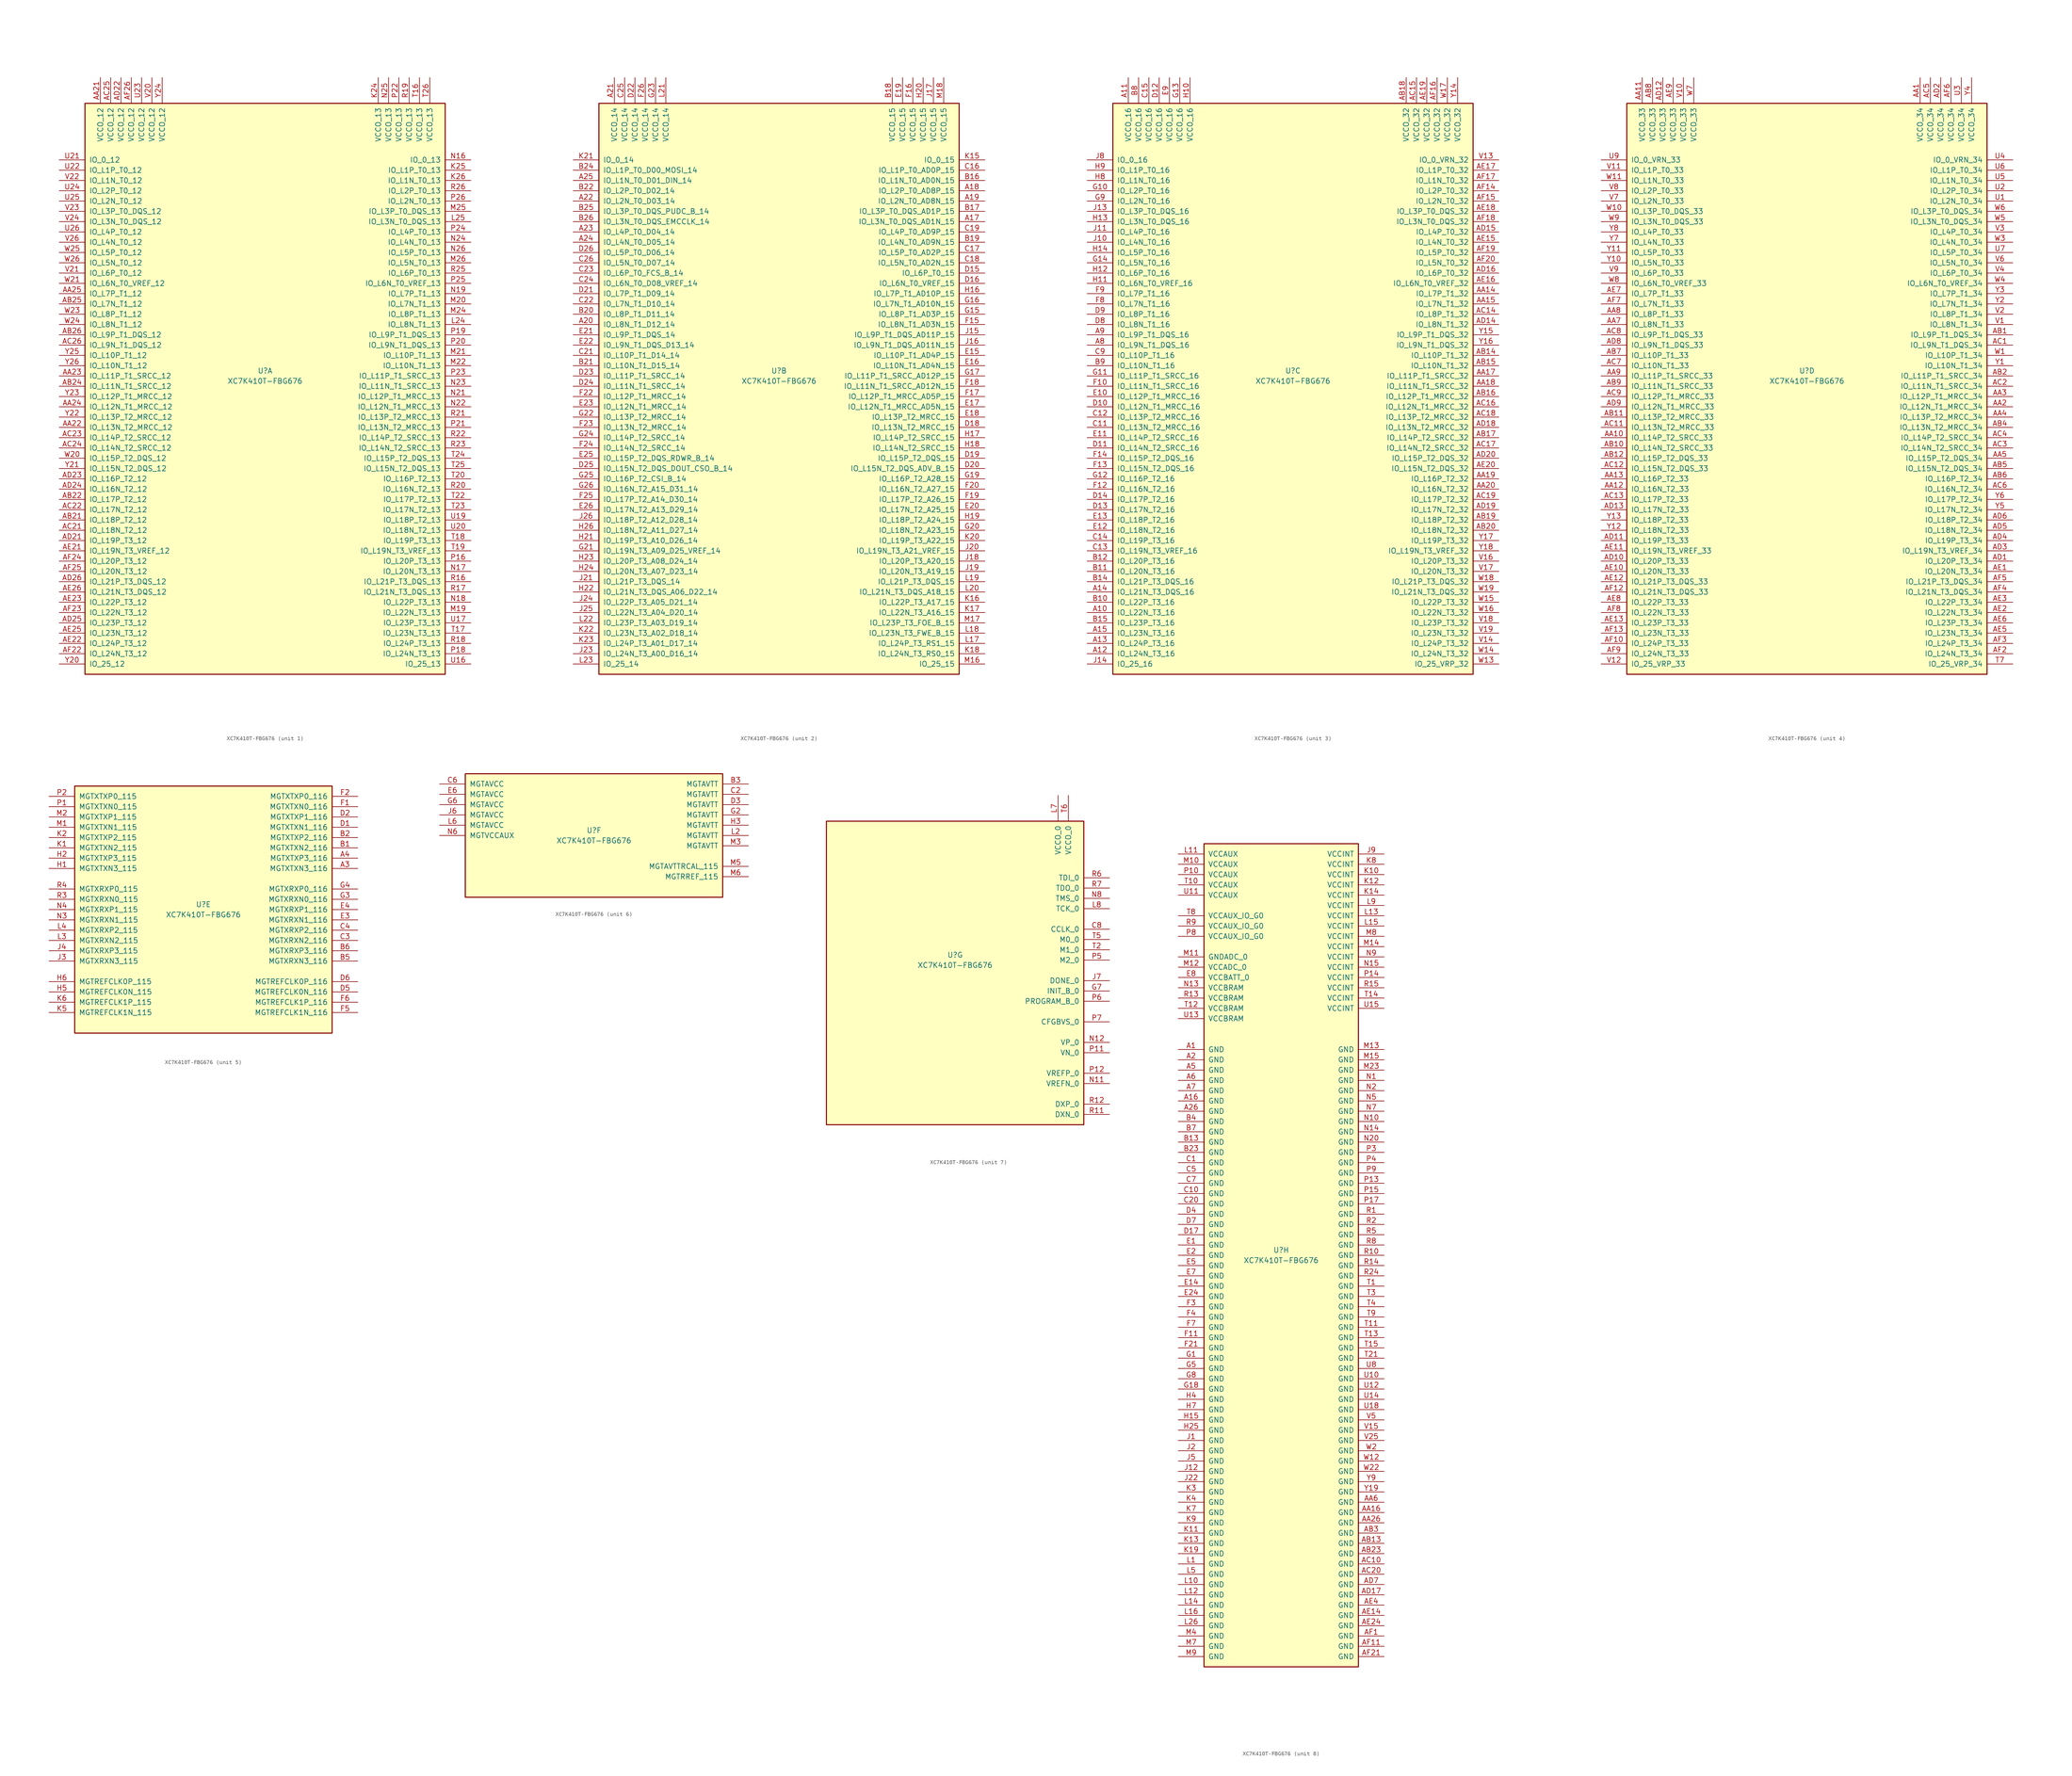
<source format=kicad_sym>
(kicad_symbol_lib
  (version 20231120)
  (generator "kicad_symbol_editor")
  (generator_version "8.0")
  (symbol "XC7K410T-FBG676"
    (pin_names
      (offset 1.016))
    (property "Reference" "U"
      (at 0 1.27 0)
      (effects (font (size 1.27 1.27))))
    (property "Value" "XC7K410T-FBG676"
      (at 0 -1.27 0)
      (effects (font (size 1.27 1.27))))
    (property "Datasheet" ""
      (at 0 0 0)
      (effects (font (size 1.27 1.27))))
    (property "ki_locked" ""
      (at 0 0 0)
      (effects (font (size 1.27 1.27))))
    (symbol "XC7K410T-FBG676_1_1"
      (rectangle (start -44.45 67.31) (end 44.45 -73.66) (stroke (width 0.254) (type default)) (fill (type background)))
      (pin power_in line (at -40.64 73.66 270) (length 6.35) (name "VCCO_12" (effects (font (size 1.27 1.27)))) (number "AA21" (effects (font (size 1.27 1.27)))))
      (pin bidirectional line (at -50.8 -12.7 0) (length 6.35) (name "IO_L13N_T2_MRCC_12" (effects (font (size 1.27 1.27)))) (number "AA22" (effects (font (size 1.27 1.27)))))
      (pin bidirectional line (at -50.8 0 0) (length 6.35) (name "IO_L11P_T1_SRCC_12" (effects (font (size 1.27 1.27)))) (number "AA23" (effects (font (size 1.27 1.27)))))
      (pin bidirectional line (at -50.8 -7.62 0) (length 6.35) (name "IO_L12N_T1_MRCC_12" (effects (font (size 1.27 1.27)))) (number "AA24" (effects (font (size 1.27 1.27)))))
      (pin bidirectional line (at -50.8 20.32 0) (length 6.35) (name "IO_L7P_T1_12" (effects (font (size 1.27 1.27)))) (number "AA25" (effects (font (size 1.27 1.27)))))
      (pin bidirectional line (at -50.8 -35.56 0) (length 6.35) (name "IO_L18P_T2_12" (effects (font (size 1.27 1.27)))) (number "AB21" (effects (font (size 1.27 1.27)))))
      (pin bidirectional line (at -50.8 -30.48 0) (length 6.35) (name "IO_L17P_T2_12" (effects (font (size 1.27 1.27)))) (number "AB22" (effects (font (size 1.27 1.27)))))
      (pin bidirectional line (at -50.8 -2.54 0) (length 6.35) (name "IO_L11N_T1_SRCC_12" (effects (font (size 1.27 1.27)))) (number "AB24" (effects (font (size 1.27 1.27)))))
      (pin bidirectional line (at -50.8 17.78 0) (length 6.35) (name "IO_L7N_T1_12" (effects (font (size 1.27 1.27)))) (number "AB25" (effects (font (size 1.27 1.27)))))
      (pin bidirectional line (at -50.8 10.16 0) (length 6.35) (name "IO_L9P_T1_DQS_12" (effects (font (size 1.27 1.27)))) (number "AB26" (effects (font (size 1.27 1.27)))))
      (pin bidirectional line (at -50.8 -38.1 0) (length 6.35) (name "IO_L18N_T2_12" (effects (font (size 1.27 1.27)))) (number "AC21" (effects (font (size 1.27 1.27)))))
      (pin bidirectional line (at -50.8 -33.02 0) (length 6.35) (name "IO_L17N_T2_12" (effects (font (size 1.27 1.27)))) (number "AC22" (effects (font (size 1.27 1.27)))))
      (pin bidirectional line (at -50.8 -15.24 0) (length 6.35) (name "IO_L14P_T2_SRCC_12" (effects (font (size 1.27 1.27)))) (number "AC23" (effects (font (size 1.27 1.27)))))
      (pin bidirectional line (at -50.8 -17.78 0) (length 6.35) (name "IO_L14N_T2_SRCC_12" (effects (font (size 1.27 1.27)))) (number "AC24" (effects (font (size 1.27 1.27)))))
      (pin power_in line (at -38.1 73.66 270) (length 6.35) (name "VCCO_12" (effects (font (size 1.27 1.27)))) (number "AC25" (effects (font (size 1.27 1.27)))))
      (pin bidirectional line (at -50.8 7.62 0) (length 6.35) (name "IO_L9N_T1_DQS_12" (effects (font (size 1.27 1.27)))) (number "AC26" (effects (font (size 1.27 1.27)))))
      (pin bidirectional line (at -50.8 -40.64 0) (length 6.35) (name "IO_L19P_T3_12" (effects (font (size 1.27 1.27)))) (number "AD21" (effects (font (size 1.27 1.27)))))
      (pin power_in line (at -35.56 73.66 270) (length 6.35) (name "VCCO_12" (effects (font (size 1.27 1.27)))) (number "AD22" (effects (font (size 1.27 1.27)))))
      (pin bidirectional line (at -50.8 -25.4 0) (length 6.35) (name "IO_L16P_T2_12" (effects (font (size 1.27 1.27)))) (number "AD23" (effects (font (size 1.27 1.27)))))
      (pin bidirectional line (at -50.8 -27.94 0) (length 6.35) (name "IO_L16N_T2_12" (effects (font (size 1.27 1.27)))) (number "AD24" (effects (font (size 1.27 1.27)))))
      (pin bidirectional line (at -50.8 -60.96 0) (length 6.35) (name "IO_L23P_T3_12" (effects (font (size 1.27 1.27)))) (number "AD25" (effects (font (size 1.27 1.27)))))
      (pin bidirectional line (at -50.8 -50.8 0) (length 6.35) (name "IO_L21P_T3_DQS_12" (effects (font (size 1.27 1.27)))) (number "AD26" (effects (font (size 1.27 1.27)))))
      (pin bidirectional line (at -50.8 -43.18 0) (length 6.35) (name "IO_L19N_T3_VREF_12" (effects (font (size 1.27 1.27)))) (number "AE21" (effects (font (size 1.27 1.27)))))
      (pin bidirectional line (at -50.8 -66.04 0) (length 6.35) (name "IO_L24P_T3_12" (effects (font (size 1.27 1.27)))) (number "AE22" (effects (font (size 1.27 1.27)))))
      (pin bidirectional line (at -50.8 -55.88 0) (length 6.35) (name "IO_L22P_T3_12" (effects (font (size 1.27 1.27)))) (number "AE23" (effects (font (size 1.27 1.27)))))
      (pin bidirectional line (at -50.8 -63.5 0) (length 6.35) (name "IO_L23N_T3_12" (effects (font (size 1.27 1.27)))) (number "AE25" (effects (font (size 1.27 1.27)))))
      (pin bidirectional line (at -50.8 -53.34 0) (length 6.35) (name "IO_L21N_T3_DQS_12" (effects (font (size 1.27 1.27)))) (number "AE26" (effects (font (size 1.27 1.27)))))
      (pin bidirectional line (at -50.8 -68.58 0) (length 6.35) (name "IO_L24N_T3_12" (effects (font (size 1.27 1.27)))) (number "AF22" (effects (font (size 1.27 1.27)))))
      (pin bidirectional line (at -50.8 -58.42 0) (length 6.35) (name "IO_L22N_T3_12" (effects (font (size 1.27 1.27)))) (number "AF23" (effects (font (size 1.27 1.27)))))
      (pin bidirectional line (at -50.8 -45.72 0) (length 6.35) (name "IO_L20P_T3_12" (effects (font (size 1.27 1.27)))) (number "AF24" (effects (font (size 1.27 1.27)))))
      (pin bidirectional line (at -50.8 -48.26 0) (length 6.35) (name "IO_L20N_T3_12" (effects (font (size 1.27 1.27)))) (number "AF25" (effects (font (size 1.27 1.27)))))
      (pin power_in line (at -33.02 73.66 270) (length 6.35) (name "VCCO_12" (effects (font (size 1.27 1.27)))) (number "AF26" (effects (font (size 1.27 1.27)))))
      (pin power_in line (at 27.94 73.66 270) (length 6.35) (name "VCCO_13" (effects (font (size 1.27 1.27)))) (number "K24" (effects (font (size 1.27 1.27)))))
      (pin bidirectional line (at 50.8 50.8 180) (length 6.35) (name "IO_L1P_T0_13" (effects (font (size 1.27 1.27)))) (number "K25" (effects (font (size 1.27 1.27)))))
      (pin bidirectional line (at 50.8 48.26 180) (length 6.35) (name "IO_L1N_T0_13" (effects (font (size 1.27 1.27)))) (number "K26" (effects (font (size 1.27 1.27)))))
      (pin bidirectional line (at 50.8 12.7 180) (length 6.35) (name "IO_L8N_T1_13" (effects (font (size 1.27 1.27)))) (number "L24" (effects (font (size 1.27 1.27)))))
      (pin bidirectional line (at 50.8 38.1 180) (length 6.35) (name "IO_L3N_T0_DQS_13" (effects (font (size 1.27 1.27)))) (number "L25" (effects (font (size 1.27 1.27)))))
      (pin bidirectional line (at 50.8 -58.42 180) (length 6.35) (name "IO_L22N_T3_13" (effects (font (size 1.27 1.27)))) (number "M19" (effects (font (size 1.27 1.27)))))
      (pin bidirectional line (at 50.8 17.78 180) (length 6.35) (name "IO_L7N_T1_13" (effects (font (size 1.27 1.27)))) (number "M20" (effects (font (size 1.27 1.27)))))
      (pin bidirectional line (at 50.8 5.08 180) (length 6.35) (name "IO_L10P_T1_13" (effects (font (size 1.27 1.27)))) (number "M21" (effects (font (size 1.27 1.27)))))
      (pin bidirectional line (at 50.8 2.54 180) (length 6.35) (name "IO_L10N_T1_13" (effects (font (size 1.27 1.27)))) (number "M22" (effects (font (size 1.27 1.27)))))
      (pin bidirectional line (at 50.8 15.24 180) (length 6.35) (name "IO_L8P_T1_13" (effects (font (size 1.27 1.27)))) (number "M24" (effects (font (size 1.27 1.27)))))
      (pin bidirectional line (at 50.8 40.64 180) (length 6.35) (name "IO_L3P_T0_DQS_13" (effects (font (size 1.27 1.27)))) (number "M25" (effects (font (size 1.27 1.27)))))
      (pin bidirectional line (at 50.8 27.94 180) (length 6.35) (name "IO_L5N_T0_13" (effects (font (size 1.27 1.27)))) (number "M26" (effects (font (size 1.27 1.27)))))
      (pin bidirectional line (at 50.8 53.34 180) (length 6.35) (name "IO_0_13" (effects (font (size 1.27 1.27)))) (number "N16" (effects (font (size 1.27 1.27)))))
      (pin bidirectional line (at 50.8 -48.26 180) (length 6.35) (name "IO_L20N_T3_13" (effects (font (size 1.27 1.27)))) (number "N17" (effects (font (size 1.27 1.27)))))
      (pin bidirectional line (at 50.8 -55.88 180) (length 6.35) (name "IO_L22P_T3_13" (effects (font (size 1.27 1.27)))) (number "N18" (effects (font (size 1.27 1.27)))))
      (pin bidirectional line (at 50.8 20.32 180) (length 6.35) (name "IO_L7P_T1_13" (effects (font (size 1.27 1.27)))) (number "N19" (effects (font (size 1.27 1.27)))))
      (pin bidirectional line (at 50.8 -5.08 180) (length 6.35) (name "IO_L12P_T1_MRCC_13" (effects (font (size 1.27 1.27)))) (number "N21" (effects (font (size 1.27 1.27)))))
      (pin bidirectional line (at 50.8 -7.62 180) (length 6.35) (name "IO_L12N_T1_MRCC_13" (effects (font (size 1.27 1.27)))) (number "N22" (effects (font (size 1.27 1.27)))))
      (pin bidirectional line (at 50.8 -2.54 180) (length 6.35) (name "IO_L11N_T1_SRCC_13" (effects (font (size 1.27 1.27)))) (number "N23" (effects (font (size 1.27 1.27)))))
      (pin bidirectional line (at 50.8 33.02 180) (length 6.35) (name "IO_L4N_T0_13" (effects (font (size 1.27 1.27)))) (number "N24" (effects (font (size 1.27 1.27)))))
      (pin power_in line (at 30.48 73.66 270) (length 6.35) (name "VCCO_13" (effects (font (size 1.27 1.27)))) (number "N25" (effects (font (size 1.27 1.27)))))
      (pin bidirectional line (at 50.8 30.48 180) (length 6.35) (name "IO_L5P_T0_13" (effects (font (size 1.27 1.27)))) (number "N26" (effects (font (size 1.27 1.27)))))
      (pin bidirectional line (at 50.8 -45.72 180) (length 6.35) (name "IO_L20P_T3_13" (effects (font (size 1.27 1.27)))) (number "P16" (effects (font (size 1.27 1.27)))))
      (pin bidirectional line (at 50.8 -68.58 180) (length 6.35) (name "IO_L24N_T3_13" (effects (font (size 1.27 1.27)))) (number "P18" (effects (font (size 1.27 1.27)))))
      (pin bidirectional line (at 50.8 10.16 180) (length 6.35) (name "IO_L9P_T1_DQS_13" (effects (font (size 1.27 1.27)))) (number "P19" (effects (font (size 1.27 1.27)))))
      (pin bidirectional line (at 50.8 7.62 180) (length 6.35) (name "IO_L9N_T1_DQS_13" (effects (font (size 1.27 1.27)))) (number "P20" (effects (font (size 1.27 1.27)))))
      (pin bidirectional line (at 50.8 -12.7 180) (length 6.35) (name "IO_L13N_T2_MRCC_13" (effects (font (size 1.27 1.27)))) (number "P21" (effects (font (size 1.27 1.27)))))
      (pin power_in line (at 33.02 73.66 270) (length 6.35) (name "VCCO_13" (effects (font (size 1.27 1.27)))) (number "P22" (effects (font (size 1.27 1.27)))))
      (pin bidirectional line (at 50.8 0 180) (length 6.35) (name "IO_L11P_T1_SRCC_13" (effects (font (size 1.27 1.27)))) (number "P23" (effects (font (size 1.27 1.27)))))
      (pin bidirectional line (at 50.8 35.56 180) (length 6.35) (name "IO_L4P_T0_13" (effects (font (size 1.27 1.27)))) (number "P24" (effects (font (size 1.27 1.27)))))
      (pin bidirectional line (at 50.8 22.86 180) (length 6.35) (name "IO_L6N_T0_VREF_13" (effects (font (size 1.27 1.27)))) (number "P25" (effects (font (size 1.27 1.27)))))
      (pin bidirectional line (at 50.8 43.18 180) (length 6.35) (name "IO_L2N_T0_13" (effects (font (size 1.27 1.27)))) (number "P26" (effects (font (size 1.27 1.27)))))
      (pin bidirectional line (at 50.8 -50.8 180) (length 6.35) (name "IO_L21P_T3_DQS_13" (effects (font (size 1.27 1.27)))) (number "R16" (effects (font (size 1.27 1.27)))))
      (pin bidirectional line (at 50.8 -53.34 180) (length 6.35) (name "IO_L21N_T3_DQS_13" (effects (font (size 1.27 1.27)))) (number "R17" (effects (font (size 1.27 1.27)))))
      (pin bidirectional line (at 50.8 -66.04 180) (length 6.35) (name "IO_L24P_T3_13" (effects (font (size 1.27 1.27)))) (number "R18" (effects (font (size 1.27 1.27)))))
      (pin power_in line (at 35.56 73.66 270) (length 6.35) (name "VCCO_13" (effects (font (size 1.27 1.27)))) (number "R19" (effects (font (size 1.27 1.27)))))
      (pin bidirectional line (at 50.8 -27.94 180) (length 6.35) (name "IO_L16N_T2_13" (effects (font (size 1.27 1.27)))) (number "R20" (effects (font (size 1.27 1.27)))))
      (pin bidirectional line (at 50.8 -10.16 180) (length 6.35) (name "IO_L13P_T2_MRCC_13" (effects (font (size 1.27 1.27)))) (number "R21" (effects (font (size 1.27 1.27)))))
      (pin bidirectional line (at 50.8 -15.24 180) (length 6.35) (name "IO_L14P_T2_SRCC_13" (effects (font (size 1.27 1.27)))) (number "R22" (effects (font (size 1.27 1.27)))))
      (pin bidirectional line (at 50.8 -17.78 180) (length 6.35) (name "IO_L14N_T2_SRCC_13" (effects (font (size 1.27 1.27)))) (number "R23" (effects (font (size 1.27 1.27)))))
      (pin bidirectional line (at 50.8 25.4 180) (length 6.35) (name "IO_L6P_T0_13" (effects (font (size 1.27 1.27)))) (number "R25" (effects (font (size 1.27 1.27)))))
      (pin bidirectional line (at 50.8 45.72 180) (length 6.35) (name "IO_L2P_T0_13" (effects (font (size 1.27 1.27)))) (number "R26" (effects (font (size 1.27 1.27)))))
      (pin power_in line (at 38.1 73.66 270) (length 6.35) (name "VCCO_13" (effects (font (size 1.27 1.27)))) (number "T16" (effects (font (size 1.27 1.27)))))
      (pin bidirectional line (at 50.8 -63.5 180) (length 6.35) (name "IO_L23N_T3_13" (effects (font (size 1.27 1.27)))) (number "T17" (effects (font (size 1.27 1.27)))))
      (pin bidirectional line (at 50.8 -40.64 180) (length 6.35) (name "IO_L19P_T3_13" (effects (font (size 1.27 1.27)))) (number "T18" (effects (font (size 1.27 1.27)))))
      (pin bidirectional line (at 50.8 -43.18 180) (length 6.35) (name "IO_L19N_T3_VREF_13" (effects (font (size 1.27 1.27)))) (number "T19" (effects (font (size 1.27 1.27)))))
      (pin bidirectional line (at 50.8 -25.4 180) (length 6.35) (name "IO_L16P_T2_13" (effects (font (size 1.27 1.27)))) (number "T20" (effects (font (size 1.27 1.27)))))
      (pin bidirectional line (at 50.8 -30.48 180) (length 6.35) (name "IO_L17P_T2_13" (effects (font (size 1.27 1.27)))) (number "T22" (effects (font (size 1.27 1.27)))))
      (pin bidirectional line (at 50.8 -33.02 180) (length 6.35) (name "IO_L17N_T2_13" (effects (font (size 1.27 1.27)))) (number "T23" (effects (font (size 1.27 1.27)))))
      (pin bidirectional line (at 50.8 -20.32 180) (length 6.35) (name "IO_L15P_T2_DQS_13" (effects (font (size 1.27 1.27)))) (number "T24" (effects (font (size 1.27 1.27)))))
      (pin bidirectional line (at 50.8 -22.86 180) (length 6.35) (name "IO_L15N_T2_DQS_13" (effects (font (size 1.27 1.27)))) (number "T25" (effects (font (size 1.27 1.27)))))
      (pin power_in line (at 40.64 73.66 270) (length 6.35) (name "VCCO_13" (effects (font (size 1.27 1.27)))) (number "T26" (effects (font (size 1.27 1.27)))))
      (pin bidirectional line (at 50.8 -71.12 180) (length 6.35) (name "IO_25_13" (effects (font (size 1.27 1.27)))) (number "U16" (effects (font (size 1.27 1.27)))))
      (pin bidirectional line (at 50.8 -60.96 180) (length 6.35) (name "IO_L23P_T3_13" (effects (font (size 1.27 1.27)))) (number "U17" (effects (font (size 1.27 1.27)))))
      (pin bidirectional line (at 50.8 -35.56 180) (length 6.35) (name "IO_L18P_T2_13" (effects (font (size 1.27 1.27)))) (number "U19" (effects (font (size 1.27 1.27)))))
      (pin bidirectional line (at 50.8 -38.1 180) (length 6.35) (name "IO_L18N_T2_13" (effects (font (size 1.27 1.27)))) (number "U20" (effects (font (size 1.27 1.27)))))
      (pin bidirectional line (at -50.8 53.34 0) (length 6.35) (name "IO_0_12" (effects (font (size 1.27 1.27)))) (number "U21" (effects (font (size 1.27 1.27)))))
      (pin bidirectional line (at -50.8 50.8 0) (length 6.35) (name "IO_L1P_T0_12" (effects (font (size 1.27 1.27)))) (number "U22" (effects (font (size 1.27 1.27)))))
      (pin power_in line (at -30.48 73.66 270) (length 6.35) (name "VCCO_12" (effects (font (size 1.27 1.27)))) (number "U23" (effects (font (size 1.27 1.27)))))
      (pin bidirectional line (at -50.8 45.72 0) (length 6.35) (name "IO_L2P_T0_12" (effects (font (size 1.27 1.27)))) (number "U24" (effects (font (size 1.27 1.27)))))
      (pin bidirectional line (at -50.8 43.18 0) (length 6.35) (name "IO_L2N_T0_12" (effects (font (size 1.27 1.27)))) (number "U25" (effects (font (size 1.27 1.27)))))
      (pin bidirectional line (at -50.8 35.56 0) (length 6.35) (name "IO_L4P_T0_12" (effects (font (size 1.27 1.27)))) (number "U26" (effects (font (size 1.27 1.27)))))
      (pin power_in line (at -27.94 73.66 270) (length 6.35) (name "VCCO_12" (effects (font (size 1.27 1.27)))) (number "V20" (effects (font (size 1.27 1.27)))))
      (pin bidirectional line (at -50.8 25.4 0) (length 6.35) (name "IO_L6P_T0_12" (effects (font (size 1.27 1.27)))) (number "V21" (effects (font (size 1.27 1.27)))))
      (pin bidirectional line (at -50.8 48.26 0) (length 6.35) (name "IO_L1N_T0_12" (effects (font (size 1.27 1.27)))) (number "V22" (effects (font (size 1.27 1.27)))))
      (pin bidirectional line (at -50.8 40.64 0) (length 6.35) (name "IO_L3P_T0_DQS_12" (effects (font (size 1.27 1.27)))) (number "V23" (effects (font (size 1.27 1.27)))))
      (pin bidirectional line (at -50.8 38.1 0) (length 6.35) (name "IO_L3N_T0_DQS_12" (effects (font (size 1.27 1.27)))) (number "V24" (effects (font (size 1.27 1.27)))))
      (pin bidirectional line (at -50.8 33.02 0) (length 6.35) (name "IO_L4N_T0_12" (effects (font (size 1.27 1.27)))) (number "V26" (effects (font (size 1.27 1.27)))))
      (pin bidirectional line (at -50.8 -20.32 0) (length 6.35) (name "IO_L15P_T2_DQS_12" (effects (font (size 1.27 1.27)))) (number "W20" (effects (font (size 1.27 1.27)))))
      (pin bidirectional line (at -50.8 22.86 0) (length 6.35) (name "IO_L6N_T0_VREF_12" (effects (font (size 1.27 1.27)))) (number "W21" (effects (font (size 1.27 1.27)))))
      (pin bidirectional line (at -50.8 15.24 0) (length 6.35) (name "IO_L8P_T1_12" (effects (font (size 1.27 1.27)))) (number "W23" (effects (font (size 1.27 1.27)))))
      (pin bidirectional line (at -50.8 12.7 0) (length 6.35) (name "IO_L8N_T1_12" (effects (font (size 1.27 1.27)))) (number "W24" (effects (font (size 1.27 1.27)))))
      (pin bidirectional line (at -50.8 30.48 0) (length 6.35) (name "IO_L5P_T0_12" (effects (font (size 1.27 1.27)))) (number "W25" (effects (font (size 1.27 1.27)))))
      (pin bidirectional line (at -50.8 27.94 0) (length 6.35) (name "IO_L5N_T0_12" (effects (font (size 1.27 1.27)))) (number "W26" (effects (font (size 1.27 1.27)))))
      (pin bidirectional line (at -50.8 -71.12 0) (length 6.35) (name "IO_25_12" (effects (font (size 1.27 1.27)))) (number "Y20" (effects (font (size 1.27 1.27)))))
      (pin bidirectional line (at -50.8 -22.86 0) (length 6.35) (name "IO_L15N_T2_DQS_12" (effects (font (size 1.27 1.27)))) (number "Y21" (effects (font (size 1.27 1.27)))))
      (pin bidirectional line (at -50.8 -10.16 0) (length 6.35) (name "IO_L13P_T2_MRCC_12" (effects (font (size 1.27 1.27)))) (number "Y22" (effects (font (size 1.27 1.27)))))
      (pin bidirectional line (at -50.8 -5.08 0) (length 6.35) (name "IO_L12P_T1_MRCC_12" (effects (font (size 1.27 1.27)))) (number "Y23" (effects (font (size 1.27 1.27)))))
      (pin power_in line (at -25.4 73.66 270) (length 6.35) (name "VCCO_12" (effects (font (size 1.27 1.27)))) (number "Y24" (effects (font (size 1.27 1.27)))))
      (pin bidirectional line (at -50.8 5.08 0) (length 6.35) (name "IO_L10P_T1_12" (effects (font (size 1.27 1.27)))) (number "Y25" (effects (font (size 1.27 1.27)))))
      (pin bidirectional line (at -50.8 2.54 0) (length 6.35) (name "IO_L10N_T1_12" (effects (font (size 1.27 1.27)))) (number "Y26" (effects (font (size 1.27 1.27))))))
    (symbol "XC7K410T-FBG676_2_1"
      (rectangle (start -44.45 67.31) (end 44.45 -73.66) (stroke (width 0.254) (type default)) (fill (type background)))
      (pin bidirectional line (at 50.8 38.1 180) (length 6.35) (name "IO_L3N_T0_DQS_AD1N_15" (effects (font (size 1.27 1.27)))) (number "A17" (effects (font (size 1.27 1.27)))))
      (pin bidirectional line (at 50.8 45.72 180) (length 6.35) (name "IO_L2P_T0_AD8P_15" (effects (font (size 1.27 1.27)))) (number "A18" (effects (font (size 1.27 1.27)))))
      (pin bidirectional line (at 50.8 43.18 180) (length 6.35) (name "IO_L2N_T0_AD8N_15" (effects (font (size 1.27 1.27)))) (number "A19" (effects (font (size 1.27 1.27)))))
      (pin bidirectional line (at -50.8 12.7 0) (length 6.35) (name "IO_L8N_T1_D12_14" (effects (font (size 1.27 1.27)))) (number "A20" (effects (font (size 1.27 1.27)))))
      (pin power_in line (at -40.64 73.66 270) (length 6.35) (name "VCCO_14" (effects (font (size 1.27 1.27)))) (number "A21" (effects (font (size 1.27 1.27)))))
      (pin bidirectional line (at -50.8 43.18 0) (length 6.35) (name "IO_L2N_T0_D03_14" (effects (font (size 1.27 1.27)))) (number "A22" (effects (font (size 1.27 1.27)))))
      (pin bidirectional line (at -50.8 35.56 0) (length 6.35) (name "IO_L4P_T0_D04_14" (effects (font (size 1.27 1.27)))) (number "A23" (effects (font (size 1.27 1.27)))))
      (pin bidirectional line (at -50.8 33.02 0) (length 6.35) (name "IO_L4N_T0_D05_14" (effects (font (size 1.27 1.27)))) (number "A24" (effects (font (size 1.27 1.27)))))
      (pin bidirectional line (at -50.8 48.26 0) (length 6.35) (name "IO_L1N_T0_D01_DIN_14" (effects (font (size 1.27 1.27)))) (number "A25" (effects (font (size 1.27 1.27)))))
      (pin bidirectional line (at 50.8 48.26 180) (length 6.35) (name "IO_L1N_T0_AD0N_15" (effects (font (size 1.27 1.27)))) (number "B16" (effects (font (size 1.27 1.27)))))
      (pin bidirectional line (at 50.8 40.64 180) (length 6.35) (name "IO_L3P_T0_DQS_AD1P_15" (effects (font (size 1.27 1.27)))) (number "B17" (effects (font (size 1.27 1.27)))))
      (pin power_in line (at 27.94 73.66 270) (length 6.35) (name "VCCO_15" (effects (font (size 1.27 1.27)))) (number "B18" (effects (font (size 1.27 1.27)))))
      (pin bidirectional line (at 50.8 33.02 180) (length 6.35) (name "IO_L4N_T0_AD9N_15" (effects (font (size 1.27 1.27)))) (number "B19" (effects (font (size 1.27 1.27)))))
      (pin bidirectional line (at -50.8 15.24 0) (length 6.35) (name "IO_L8P_T1_D11_14" (effects (font (size 1.27 1.27)))) (number "B20" (effects (font (size 1.27 1.27)))))
      (pin bidirectional line (at -50.8 2.54 0) (length 6.35) (name "IO_L10N_T1_D15_14" (effects (font (size 1.27 1.27)))) (number "B21" (effects (font (size 1.27 1.27)))))
      (pin bidirectional line (at -50.8 45.72 0) (length 6.35) (name "IO_L2P_T0_D02_14" (effects (font (size 1.27 1.27)))) (number "B22" (effects (font (size 1.27 1.27)))))
      (pin bidirectional line (at -50.8 50.8 0) (length 6.35) (name "IO_L1P_T0_D00_MOSI_14" (effects (font (size 1.27 1.27)))) (number "B24" (effects (font (size 1.27 1.27)))))
      (pin bidirectional line (at -50.8 40.64 0) (length 6.35) (name "IO_L3P_T0_DQS_PUDC_B_14" (effects (font (size 1.27 1.27)))) (number "B25" (effects (font (size 1.27 1.27)))))
      (pin bidirectional line (at -50.8 38.1 0) (length 6.35) (name "IO_L3N_T0_DQS_EMCCLK_14" (effects (font (size 1.27 1.27)))) (number "B26" (effects (font (size 1.27 1.27)))))
      (pin bidirectional line (at 50.8 50.8 180) (length 6.35) (name "IO_L1P_T0_AD0P_15" (effects (font (size 1.27 1.27)))) (number "C16" (effects (font (size 1.27 1.27)))))
      (pin bidirectional line (at 50.8 30.48 180) (length 6.35) (name "IO_L5P_T0_AD2P_15" (effects (font (size 1.27 1.27)))) (number "C17" (effects (font (size 1.27 1.27)))))
      (pin bidirectional line (at 50.8 27.94 180) (length 6.35) (name "IO_L5N_T0_AD2N_15" (effects (font (size 1.27 1.27)))) (number "C18" (effects (font (size 1.27 1.27)))))
      (pin bidirectional line (at 50.8 35.56 180) (length 6.35) (name "IO_L4P_T0_AD9P_15" (effects (font (size 1.27 1.27)))) (number "C19" (effects (font (size 1.27 1.27)))))
      (pin bidirectional line (at -50.8 5.08 0) (length 6.35) (name "IO_L10P_T1_D14_14" (effects (font (size 1.27 1.27)))) (number "C21" (effects (font (size 1.27 1.27)))))
      (pin bidirectional line (at -50.8 17.78 0) (length 6.35) (name "IO_L7N_T1_D10_14" (effects (font (size 1.27 1.27)))) (number "C22" (effects (font (size 1.27 1.27)))))
      (pin bidirectional line (at -50.8 25.4 0) (length 6.35) (name "IO_L6P_T0_FCS_B_14" (effects (font (size 1.27 1.27)))) (number "C23" (effects (font (size 1.27 1.27)))))
      (pin bidirectional line (at -50.8 22.86 0) (length 6.35) (name "IO_L6N_T0_D08_VREF_14" (effects (font (size 1.27 1.27)))) (number "C24" (effects (font (size 1.27 1.27)))))
      (pin power_in line (at -38.1 73.66 270) (length 6.35) (name "VCCO_14" (effects (font (size 1.27 1.27)))) (number "C25" (effects (font (size 1.27 1.27)))))
      (pin bidirectional line (at -50.8 27.94 0) (length 6.35) (name "IO_L5N_T0_D07_14" (effects (font (size 1.27 1.27)))) (number "C26" (effects (font (size 1.27 1.27)))))
      (pin bidirectional line (at 50.8 25.4 180) (length 6.35) (name "IO_L6P_T0_15" (effects (font (size 1.27 1.27)))) (number "D15" (effects (font (size 1.27 1.27)))))
      (pin bidirectional line (at 50.8 22.86 180) (length 6.35) (name "IO_L6N_T0_VREF_15" (effects (font (size 1.27 1.27)))) (number "D16" (effects (font (size 1.27 1.27)))))
      (pin bidirectional line (at 50.8 -12.7 180) (length 6.35) (name "IO_L13N_T2_MRCC_15" (effects (font (size 1.27 1.27)))) (number "D18" (effects (font (size 1.27 1.27)))))
      (pin bidirectional line (at 50.8 -20.32 180) (length 6.35) (name "IO_L15P_T2_DQS_15" (effects (font (size 1.27 1.27)))) (number "D19" (effects (font (size 1.27 1.27)))))
      (pin bidirectional line (at 50.8 -22.86 180) (length 6.35) (name "IO_L15N_T2_DQS_ADV_B_15" (effects (font (size 1.27 1.27)))) (number "D20" (effects (font (size 1.27 1.27)))))
      (pin bidirectional line (at -50.8 20.32 0) (length 6.35) (name "IO_L7P_T1_D09_14" (effects (font (size 1.27 1.27)))) (number "D21" (effects (font (size 1.27 1.27)))))
      (pin power_in line (at -35.56 73.66 270) (length 6.35) (name "VCCO_14" (effects (font (size 1.27 1.27)))) (number "D22" (effects (font (size 1.27 1.27)))))
      (pin bidirectional line (at -50.8 0 0) (length 6.35) (name "IO_L11P_T1_SRCC_14" (effects (font (size 1.27 1.27)))) (number "D23" (effects (font (size 1.27 1.27)))))
      (pin bidirectional line (at -50.8 -2.54 0) (length 6.35) (name "IO_L11N_T1_SRCC_14" (effects (font (size 1.27 1.27)))) (number "D24" (effects (font (size 1.27 1.27)))))
      (pin bidirectional line (at -50.8 -22.86 0) (length 6.35) (name "IO_L15N_T2_DQS_DOUT_CSO_B_14" (effects (font (size 1.27 1.27)))) (number "D25" (effects (font (size 1.27 1.27)))))
      (pin bidirectional line (at -50.8 30.48 0) (length 6.35) (name "IO_L5P_T0_D06_14" (effects (font (size 1.27 1.27)))) (number "D26" (effects (font (size 1.27 1.27)))))
      (pin bidirectional line (at 50.8 5.08 180) (length 6.35) (name "IO_L10P_T1_AD4P_15" (effects (font (size 1.27 1.27)))) (number "E15" (effects (font (size 1.27 1.27)))))
      (pin bidirectional line (at 50.8 2.54 180) (length 6.35) (name "IO_L10N_T1_AD4N_15" (effects (font (size 1.27 1.27)))) (number "E16" (effects (font (size 1.27 1.27)))))
      (pin bidirectional line (at 50.8 -7.62 180) (length 6.35) (name "IO_L12N_T1_MRCC_AD5N_15" (effects (font (size 1.27 1.27)))) (number "E17" (effects (font (size 1.27 1.27)))))
      (pin bidirectional line (at 50.8 -10.16 180) (length 6.35) (name "IO_L13P_T2_MRCC_15" (effects (font (size 1.27 1.27)))) (number "E18" (effects (font (size 1.27 1.27)))))
      (pin power_in line (at 30.48 73.66 270) (length 6.35) (name "VCCO_15" (effects (font (size 1.27 1.27)))) (number "E19" (effects (font (size 1.27 1.27)))))
      (pin bidirectional line (at 50.8 -33.02 180) (length 6.35) (name "IO_L17N_T2_A25_15" (effects (font (size 1.27 1.27)))) (number "E20" (effects (font (size 1.27 1.27)))))
      (pin bidirectional line (at -50.8 10.16 0) (length 6.35) (name "IO_L9P_T1_DQS_14" (effects (font (size 1.27 1.27)))) (number "E21" (effects (font (size 1.27 1.27)))))
      (pin bidirectional line (at -50.8 7.62 0) (length 6.35) (name "IO_L9N_T1_DQS_D13_14" (effects (font (size 1.27 1.27)))) (number "E22" (effects (font (size 1.27 1.27)))))
      (pin bidirectional line (at -50.8 -7.62 0) (length 6.35) (name "IO_L12N_T1_MRCC_14" (effects (font (size 1.27 1.27)))) (number "E23" (effects (font (size 1.27 1.27)))))
      (pin bidirectional line (at -50.8 -20.32 0) (length 6.35) (name "IO_L15P_T2_DQS_RDWR_B_14" (effects (font (size 1.27 1.27)))) (number "E25" (effects (font (size 1.27 1.27)))))
      (pin bidirectional line (at -50.8 -33.02 0) (length 6.35) (name "IO_L17N_T2_A13_D29_14" (effects (font (size 1.27 1.27)))) (number "E26" (effects (font (size 1.27 1.27)))))
      (pin bidirectional line (at 50.8 12.7 180) (length 6.35) (name "IO_L8N_T1_AD3N_15" (effects (font (size 1.27 1.27)))) (number "F15" (effects (font (size 1.27 1.27)))))
      (pin power_in line (at 33.02 73.66 270) (length 6.35) (name "VCCO_15" (effects (font (size 1.27 1.27)))) (number "F16" (effects (font (size 1.27 1.27)))))
      (pin bidirectional line (at 50.8 -5.08 180) (length 6.35) (name "IO_L12P_T1_MRCC_AD5P_15" (effects (font (size 1.27 1.27)))) (number "F17" (effects (font (size 1.27 1.27)))))
      (pin bidirectional line (at 50.8 -2.54 180) (length 6.35) (name "IO_L11N_T1_SRCC_AD12N_15" (effects (font (size 1.27 1.27)))) (number "F18" (effects (font (size 1.27 1.27)))))
      (pin bidirectional line (at 50.8 -30.48 180) (length 6.35) (name "IO_L17P_T2_A26_15" (effects (font (size 1.27 1.27)))) (number "F19" (effects (font (size 1.27 1.27)))))
      (pin bidirectional line (at 50.8 -27.94 180) (length 6.35) (name "IO_L16N_T2_A27_15" (effects (font (size 1.27 1.27)))) (number "F20" (effects (font (size 1.27 1.27)))))
      (pin bidirectional line (at -50.8 -5.08 0) (length 6.35) (name "IO_L12P_T1_MRCC_14" (effects (font (size 1.27 1.27)))) (number "F22" (effects (font (size 1.27 1.27)))))
      (pin bidirectional line (at -50.8 -12.7 0) (length 6.35) (name "IO_L13N_T2_MRCC_14" (effects (font (size 1.27 1.27)))) (number "F23" (effects (font (size 1.27 1.27)))))
      (pin bidirectional line (at -50.8 -17.78 0) (length 6.35) (name "IO_L14N_T2_SRCC_14" (effects (font (size 1.27 1.27)))) (number "F24" (effects (font (size 1.27 1.27)))))
      (pin bidirectional line (at -50.8 -30.48 0) (length 6.35) (name "IO_L17P_T2_A14_D30_14" (effects (font (size 1.27 1.27)))) (number "F25" (effects (font (size 1.27 1.27)))))
      (pin power_in line (at -33.02 73.66 270) (length 6.35) (name "VCCO_14" (effects (font (size 1.27 1.27)))) (number "F26" (effects (font (size 1.27 1.27)))))
      (pin bidirectional line (at 50.8 15.24 180) (length 6.35) (name "IO_L8P_T1_AD3P_15" (effects (font (size 1.27 1.27)))) (number "G15" (effects (font (size 1.27 1.27)))))
      (pin bidirectional line (at 50.8 17.78 180) (length 6.35) (name "IO_L7N_T1_AD10N_15" (effects (font (size 1.27 1.27)))) (number "G16" (effects (font (size 1.27 1.27)))))
      (pin bidirectional line (at 50.8 0 180) (length 6.35) (name "IO_L11P_T1_SRCC_AD12P_15" (effects (font (size 1.27 1.27)))) (number "G17" (effects (font (size 1.27 1.27)))))
      (pin bidirectional line (at 50.8 -25.4 180) (length 6.35) (name "IO_L16P_T2_A28_15" (effects (font (size 1.27 1.27)))) (number "G19" (effects (font (size 1.27 1.27)))))
      (pin bidirectional line (at 50.8 -38.1 180) (length 6.35) (name "IO_L18N_T2_A23_15" (effects (font (size 1.27 1.27)))) (number "G20" (effects (font (size 1.27 1.27)))))
      (pin bidirectional line (at -50.8 -43.18 0) (length 6.35) (name "IO_L19N_T3_A09_D25_VREF_14" (effects (font (size 1.27 1.27)))) (number "G21" (effects (font (size 1.27 1.27)))))
      (pin bidirectional line (at -50.8 -10.16 0) (length 6.35) (name "IO_L13P_T2_MRCC_14" (effects (font (size 1.27 1.27)))) (number "G22" (effects (font (size 1.27 1.27)))))
      (pin power_in line (at -30.48 73.66 270) (length 6.35) (name "VCCO_14" (effects (font (size 1.27 1.27)))) (number "G23" (effects (font (size 1.27 1.27)))))
      (pin bidirectional line (at -50.8 -15.24 0) (length 6.35) (name "IO_L14P_T2_SRCC_14" (effects (font (size 1.27 1.27)))) (number "G24" (effects (font (size 1.27 1.27)))))
      (pin bidirectional line (at -50.8 -25.4 0) (length 6.35) (name "IO_L16P_T2_CSI_B_14" (effects (font (size 1.27 1.27)))) (number "G25" (effects (font (size 1.27 1.27)))))
      (pin bidirectional line (at -50.8 -27.94 0) (length 6.35) (name "IO_L16N_T2_A15_D31_14" (effects (font (size 1.27 1.27)))) (number "G26" (effects (font (size 1.27 1.27)))))
      (pin bidirectional line (at 50.8 20.32 180) (length 6.35) (name "IO_L7P_T1_AD10P_15" (effects (font (size 1.27 1.27)))) (number "H16" (effects (font (size 1.27 1.27)))))
      (pin bidirectional line (at 50.8 -15.24 180) (length 6.35) (name "IO_L14P_T2_SRCC_15" (effects (font (size 1.27 1.27)))) (number "H17" (effects (font (size 1.27 1.27)))))
      (pin bidirectional line (at 50.8 -17.78 180) (length 6.35) (name "IO_L14N_T2_SRCC_15" (effects (font (size 1.27 1.27)))) (number "H18" (effects (font (size 1.27 1.27)))))
      (pin bidirectional line (at 50.8 -35.56 180) (length 6.35) (name "IO_L18P_T2_A24_15" (effects (font (size 1.27 1.27)))) (number "H19" (effects (font (size 1.27 1.27)))))
      (pin power_in line (at 35.56 73.66 270) (length 6.35) (name "VCCO_15" (effects (font (size 1.27 1.27)))) (number "H20" (effects (font (size 1.27 1.27)))))
      (pin bidirectional line (at -50.8 -40.64 0) (length 6.35) (name "IO_L19P_T3_A10_D26_14" (effects (font (size 1.27 1.27)))) (number "H21" (effects (font (size 1.27 1.27)))))
      (pin bidirectional line (at -50.8 -53.34 0) (length 6.35) (name "IO_L21N_T3_DQS_A06_D22_14" (effects (font (size 1.27 1.27)))) (number "H22" (effects (font (size 1.27 1.27)))))
      (pin bidirectional line (at -50.8 -45.72 0) (length 6.35) (name "IO_L20P_T3_A08_D24_14" (effects (font (size 1.27 1.27)))) (number "H23" (effects (font (size 1.27 1.27)))))
      (pin bidirectional line (at -50.8 -48.26 0) (length 6.35) (name "IO_L20N_T3_A07_D23_14" (effects (font (size 1.27 1.27)))) (number "H24" (effects (font (size 1.27 1.27)))))
      (pin bidirectional line (at -50.8 -38.1 0) (length 6.35) (name "IO_L18N_T2_A11_D27_14" (effects (font (size 1.27 1.27)))) (number "H26" (effects (font (size 1.27 1.27)))))
      (pin bidirectional line (at 50.8 10.16 180) (length 6.35) (name "IO_L9P_T1_DQS_AD11P_15" (effects (font (size 1.27 1.27)))) (number "J15" (effects (font (size 1.27 1.27)))))
      (pin bidirectional line (at 50.8 7.62 180) (length 6.35) (name "IO_L9N_T1_DQS_AD11N_15" (effects (font (size 1.27 1.27)))) (number "J16" (effects (font (size 1.27 1.27)))))
      (pin power_in line (at 38.1 73.66 270) (length 6.35) (name "VCCO_15" (effects (font (size 1.27 1.27)))) (number "J17" (effects (font (size 1.27 1.27)))))
      (pin bidirectional line (at 50.8 -45.72 180) (length 6.35) (name "IO_L20P_T3_A20_15" (effects (font (size 1.27 1.27)))) (number "J18" (effects (font (size 1.27 1.27)))))
      (pin bidirectional line (at 50.8 -48.26 180) (length 6.35) (name "IO_L20N_T3_A19_15" (effects (font (size 1.27 1.27)))) (number "J19" (effects (font (size 1.27 1.27)))))
      (pin bidirectional line (at 50.8 -43.18 180) (length 6.35) (name "IO_L19N_T3_A21_VREF_15" (effects (font (size 1.27 1.27)))) (number "J20" (effects (font (size 1.27 1.27)))))
      (pin bidirectional line (at -50.8 -50.8 0) (length 6.35) (name "IO_L21P_T3_DQS_14" (effects (font (size 1.27 1.27)))) (number "J21" (effects (font (size 1.27 1.27)))))
      (pin bidirectional line (at -50.8 -68.58 0) (length 6.35) (name "IO_L24N_T3_A00_D16_14" (effects (font (size 1.27 1.27)))) (number "J23" (effects (font (size 1.27 1.27)))))
      (pin bidirectional line (at -50.8 -55.88 0) (length 6.35) (name "IO_L22P_T3_A05_D21_14" (effects (font (size 1.27 1.27)))) (number "J24" (effects (font (size 1.27 1.27)))))
      (pin bidirectional line (at -50.8 -58.42 0) (length 6.35) (name "IO_L22N_T3_A04_D20_14" (effects (font (size 1.27 1.27)))) (number "J25" (effects (font (size 1.27 1.27)))))
      (pin bidirectional line (at -50.8 -35.56 0) (length 6.35) (name "IO_L18P_T2_A12_D28_14" (effects (font (size 1.27 1.27)))) (number "J26" (effects (font (size 1.27 1.27)))))
      (pin bidirectional line (at 50.8 53.34 180) (length 6.35) (name "IO_0_15" (effects (font (size 1.27 1.27)))) (number "K15" (effects (font (size 1.27 1.27)))))
      (pin bidirectional line (at 50.8 -55.88 180) (length 6.35) (name "IO_L22P_T3_A17_15" (effects (font (size 1.27 1.27)))) (number "K16" (effects (font (size 1.27 1.27)))))
      (pin bidirectional line (at 50.8 -58.42 180) (length 6.35) (name "IO_L22N_T3_A16_15" (effects (font (size 1.27 1.27)))) (number "K17" (effects (font (size 1.27 1.27)))))
      (pin bidirectional line (at 50.8 -68.58 180) (length 6.35) (name "IO_L24N_T3_RS0_15" (effects (font (size 1.27 1.27)))) (number "K18" (effects (font (size 1.27 1.27)))))
      (pin bidirectional line (at 50.8 -40.64 180) (length 6.35) (name "IO_L19P_T3_A22_15" (effects (font (size 1.27 1.27)))) (number "K20" (effects (font (size 1.27 1.27)))))
      (pin bidirectional line (at -50.8 53.34 0) (length 6.35) (name "IO_0_14" (effects (font (size 1.27 1.27)))) (number "K21" (effects (font (size 1.27 1.27)))))
      (pin bidirectional line (at -50.8 -63.5 0) (length 6.35) (name "IO_L23N_T3_A02_D18_14" (effects (font (size 1.27 1.27)))) (number "K22" (effects (font (size 1.27 1.27)))))
      (pin bidirectional line (at -50.8 -66.04 0) (length 6.35) (name "IO_L24P_T3_A01_D17_14" (effects (font (size 1.27 1.27)))) (number "K23" (effects (font (size 1.27 1.27)))))
      (pin bidirectional line (at 50.8 -66.04 180) (length 6.35) (name "IO_L24P_T3_RS1_15" (effects (font (size 1.27 1.27)))) (number "L17" (effects (font (size 1.27 1.27)))))
      (pin bidirectional line (at 50.8 -63.5 180) (length 6.35) (name "IO_L23N_T3_FWE_B_15" (effects (font (size 1.27 1.27)))) (number "L18" (effects (font (size 1.27 1.27)))))
      (pin bidirectional line (at 50.8 -50.8 180) (length 6.35) (name "IO_L21P_T3_DQS_15" (effects (font (size 1.27 1.27)))) (number "L19" (effects (font (size 1.27 1.27)))))
      (pin bidirectional line (at 50.8 -53.34 180) (length 6.35) (name "IO_L21N_T3_DQS_A18_15" (effects (font (size 1.27 1.27)))) (number "L20" (effects (font (size 1.27 1.27)))))
      (pin power_in line (at -27.94 73.66 270) (length 6.35) (name "VCCO_14" (effects (font (size 1.27 1.27)))) (number "L21" (effects (font (size 1.27 1.27)))))
      (pin bidirectional line (at -50.8 -60.96 0) (length 6.35) (name "IO_L23P_T3_A03_D19_14" (effects (font (size 1.27 1.27)))) (number "L22" (effects (font (size 1.27 1.27)))))
      (pin bidirectional line (at -50.8 -71.12 0) (length 6.35) (name "IO_25_14" (effects (font (size 1.27 1.27)))) (number "L23" (effects (font (size 1.27 1.27)))))
      (pin bidirectional line (at 50.8 -71.12 180) (length 6.35) (name "IO_25_15" (effects (font (size 1.27 1.27)))) (number "M16" (effects (font (size 1.27 1.27)))))
      (pin bidirectional line (at 50.8 -60.96 180) (length 6.35) (name "IO_L23P_T3_FOE_B_15" (effects (font (size 1.27 1.27)))) (number "M17" (effects (font (size 1.27 1.27)))))
      (pin power_in line (at 40.64 73.66 270) (length 6.35) (name "VCCO_15" (effects (font (size 1.27 1.27)))) (number "M18" (effects (font (size 1.27 1.27))))))
    (symbol "XC7K410T-FBG676_3_1"
      (rectangle (start -44.45 67.31) (end 44.45 -73.66) (stroke (width 0.254) (type default)) (fill (type background)))
      (pin bidirectional line (at -50.8 -58.42 0) (length 6.35) (name "IO_L22N_T3_16" (effects (font (size 1.27 1.27)))) (number "A10" (effects (font (size 1.27 1.27)))))
      (pin power_in line (at -40.64 73.66 270) (length 6.35) (name "VCCO_16" (effects (font (size 1.27 1.27)))) (number "A11" (effects (font (size 1.27 1.27)))))
      (pin bidirectional line (at -50.8 -68.58 0) (length 6.35) (name "IO_L24N_T3_16" (effects (font (size 1.27 1.27)))) (number "A12" (effects (font (size 1.27 1.27)))))
      (pin bidirectional line (at -50.8 -66.04 0) (length 6.35) (name "IO_L24P_T3_16" (effects (font (size 1.27 1.27)))) (number "A13" (effects (font (size 1.27 1.27)))))
      (pin bidirectional line (at -50.8 -53.34 0) (length 6.35) (name "IO_L21N_T3_DQS_16" (effects (font (size 1.27 1.27)))) (number "A14" (effects (font (size 1.27 1.27)))))
      (pin bidirectional line (at -50.8 -63.5 0) (length 6.35) (name "IO_L23N_T3_16" (effects (font (size 1.27 1.27)))) (number "A15" (effects (font (size 1.27 1.27)))))
      (pin bidirectional line (at -50.8 7.62 0) (length 6.35) (name "IO_L9N_T1_DQS_16" (effects (font (size 1.27 1.27)))) (number "A8" (effects (font (size 1.27 1.27)))))
      (pin bidirectional line (at -50.8 10.16 0) (length 6.35) (name "IO_L9P_T1_DQS_16" (effects (font (size 1.27 1.27)))) (number "A9" (effects (font (size 1.27 1.27)))))
      (pin bidirectional line (at 50.8 20.32 180) (length 6.35) (name "IO_L7P_T1_32" (effects (font (size 1.27 1.27)))) (number "AA14" (effects (font (size 1.27 1.27)))))
      (pin bidirectional line (at 50.8 17.78 180) (length 6.35) (name "IO_L7N_T1_32" (effects (font (size 1.27 1.27)))) (number "AA15" (effects (font (size 1.27 1.27)))))
      (pin bidirectional line (at 50.8 0 180) (length 6.35) (name "IO_L11P_T1_SRCC_32" (effects (font (size 1.27 1.27)))) (number "AA17" (effects (font (size 1.27 1.27)))))
      (pin bidirectional line (at 50.8 -2.54 180) (length 6.35) (name "IO_L11N_T1_SRCC_32" (effects (font (size 1.27 1.27)))) (number "AA18" (effects (font (size 1.27 1.27)))))
      (pin bidirectional line (at 50.8 -25.4 180) (length 6.35) (name "IO_L16P_T2_32" (effects (font (size 1.27 1.27)))) (number "AA19" (effects (font (size 1.27 1.27)))))
      (pin bidirectional line (at 50.8 -27.94 180) (length 6.35) (name "IO_L16N_T2_32" (effects (font (size 1.27 1.27)))) (number "AA20" (effects (font (size 1.27 1.27)))))
      (pin bidirectional line (at 50.8 5.08 180) (length 6.35) (name "IO_L10P_T1_32" (effects (font (size 1.27 1.27)))) (number "AB14" (effects (font (size 1.27 1.27)))))
      (pin bidirectional line (at 50.8 2.54 180) (length 6.35) (name "IO_L10N_T1_32" (effects (font (size 1.27 1.27)))) (number "AB15" (effects (font (size 1.27 1.27)))))
      (pin bidirectional line (at 50.8 -5.08 180) (length 6.35) (name "IO_L12P_T1_MRCC_32" (effects (font (size 1.27 1.27)))) (number "AB16" (effects (font (size 1.27 1.27)))))
      (pin bidirectional line (at 50.8 -15.24 180) (length 6.35) (name "IO_L14P_T2_SRCC_32" (effects (font (size 1.27 1.27)))) (number "AB17" (effects (font (size 1.27 1.27)))))
      (pin power_in line (at 27.94 73.66 270) (length 6.35) (name "VCCO_32" (effects (font (size 1.27 1.27)))) (number "AB18" (effects (font (size 1.27 1.27)))))
      (pin bidirectional line (at 50.8 -35.56 180) (length 6.35) (name "IO_L18P_T2_32" (effects (font (size 1.27 1.27)))) (number "AB19" (effects (font (size 1.27 1.27)))))
      (pin bidirectional line (at 50.8 -38.1 180) (length 6.35) (name "IO_L18N_T2_32" (effects (font (size 1.27 1.27)))) (number "AB20" (effects (font (size 1.27 1.27)))))
      (pin bidirectional line (at 50.8 15.24 180) (length 6.35) (name "IO_L8P_T1_32" (effects (font (size 1.27 1.27)))) (number "AC14" (effects (font (size 1.27 1.27)))))
      (pin power_in line (at 30.48 73.66 270) (length 6.35) (name "VCCO_32" (effects (font (size 1.27 1.27)))) (number "AC15" (effects (font (size 1.27 1.27)))))
      (pin bidirectional line (at 50.8 -7.62 180) (length 6.35) (name "IO_L12N_T1_MRCC_32" (effects (font (size 1.27 1.27)))) (number "AC16" (effects (font (size 1.27 1.27)))))
      (pin bidirectional line (at 50.8 -17.78 180) (length 6.35) (name "IO_L14N_T2_SRCC_32" (effects (font (size 1.27 1.27)))) (number "AC17" (effects (font (size 1.27 1.27)))))
      (pin bidirectional line (at 50.8 -10.16 180) (length 6.35) (name "IO_L13P_T2_MRCC_32" (effects (font (size 1.27 1.27)))) (number "AC18" (effects (font (size 1.27 1.27)))))
      (pin bidirectional line (at 50.8 -30.48 180) (length 6.35) (name "IO_L17P_T2_32" (effects (font (size 1.27 1.27)))) (number "AC19" (effects (font (size 1.27 1.27)))))
      (pin bidirectional line (at 50.8 12.7 180) (length 6.35) (name "IO_L8N_T1_32" (effects (font (size 1.27 1.27)))) (number "AD14" (effects (font (size 1.27 1.27)))))
      (pin bidirectional line (at 50.8 35.56 180) (length 6.35) (name "IO_L4P_T0_32" (effects (font (size 1.27 1.27)))) (number "AD15" (effects (font (size 1.27 1.27)))))
      (pin bidirectional line (at 50.8 25.4 180) (length 6.35) (name "IO_L6P_T0_32" (effects (font (size 1.27 1.27)))) (number "AD16" (effects (font (size 1.27 1.27)))))
      (pin bidirectional line (at 50.8 -12.7 180) (length 6.35) (name "IO_L13N_T2_MRCC_32" (effects (font (size 1.27 1.27)))) (number "AD18" (effects (font (size 1.27 1.27)))))
      (pin bidirectional line (at 50.8 -33.02 180) (length 6.35) (name "IO_L17N_T2_32" (effects (font (size 1.27 1.27)))) (number "AD19" (effects (font (size 1.27 1.27)))))
      (pin bidirectional line (at 50.8 -20.32 180) (length 6.35) (name "IO_L15P_T2_DQS_32" (effects (font (size 1.27 1.27)))) (number "AD20" (effects (font (size 1.27 1.27)))))
      (pin bidirectional line (at 50.8 33.02 180) (length 6.35) (name "IO_L4N_T0_32" (effects (font (size 1.27 1.27)))) (number "AE15" (effects (font (size 1.27 1.27)))))
      (pin bidirectional line (at 50.8 22.86 180) (length 6.35) (name "IO_L6N_T0_VREF_32" (effects (font (size 1.27 1.27)))) (number "AE16" (effects (font (size 1.27 1.27)))))
      (pin bidirectional line (at 50.8 50.8 180) (length 6.35) (name "IO_L1P_T0_32" (effects (font (size 1.27 1.27)))) (number "AE17" (effects (font (size 1.27 1.27)))))
      (pin bidirectional line (at 50.8 40.64 180) (length 6.35) (name "IO_L3P_T0_DQS_32" (effects (font (size 1.27 1.27)))) (number "AE18" (effects (font (size 1.27 1.27)))))
      (pin power_in line (at 33.02 73.66 270) (length 6.35) (name "VCCO_32" (effects (font (size 1.27 1.27)))) (number "AE19" (effects (font (size 1.27 1.27)))))
      (pin bidirectional line (at 50.8 -22.86 180) (length 6.35) (name "IO_L15N_T2_DQS_32" (effects (font (size 1.27 1.27)))) (number "AE20" (effects (font (size 1.27 1.27)))))
      (pin bidirectional line (at 50.8 45.72 180) (length 6.35) (name "IO_L2P_T0_32" (effects (font (size 1.27 1.27)))) (number "AF14" (effects (font (size 1.27 1.27)))))
      (pin bidirectional line (at 50.8 43.18 180) (length 6.35) (name "IO_L2N_T0_32" (effects (font (size 1.27 1.27)))) (number "AF15" (effects (font (size 1.27 1.27)))))
      (pin power_in line (at 35.56 73.66 270) (length 6.35) (name "VCCO_32" (effects (font (size 1.27 1.27)))) (number "AF16" (effects (font (size 1.27 1.27)))))
      (pin bidirectional line (at 50.8 48.26 180) (length 6.35) (name "IO_L1N_T0_32" (effects (font (size 1.27 1.27)))) (number "AF17" (effects (font (size 1.27 1.27)))))
      (pin bidirectional line (at 50.8 38.1 180) (length 6.35) (name "IO_L3N_T0_DQS_32" (effects (font (size 1.27 1.27)))) (number "AF18" (effects (font (size 1.27 1.27)))))
      (pin bidirectional line (at 50.8 30.48 180) (length 6.35) (name "IO_L5P_T0_32" (effects (font (size 1.27 1.27)))) (number "AF19" (effects (font (size 1.27 1.27)))))
      (pin bidirectional line (at 50.8 27.94 180) (length 6.35) (name "IO_L5N_T0_32" (effects (font (size 1.27 1.27)))) (number "AF20" (effects (font (size 1.27 1.27)))))
      (pin bidirectional line (at -50.8 -55.88 0) (length 6.35) (name "IO_L22P_T3_16" (effects (font (size 1.27 1.27)))) (number "B10" (effects (font (size 1.27 1.27)))))
      (pin bidirectional line (at -50.8 -48.26 0) (length 6.35) (name "IO_L20N_T3_16" (effects (font (size 1.27 1.27)))) (number "B11" (effects (font (size 1.27 1.27)))))
      (pin bidirectional line (at -50.8 -45.72 0) (length 6.35) (name "IO_L20P_T3_16" (effects (font (size 1.27 1.27)))) (number "B12" (effects (font (size 1.27 1.27)))))
      (pin bidirectional line (at -50.8 -50.8 0) (length 6.35) (name "IO_L21P_T3_DQS_16" (effects (font (size 1.27 1.27)))) (number "B14" (effects (font (size 1.27 1.27)))))
      (pin bidirectional line (at -50.8 -60.96 0) (length 6.35) (name "IO_L23P_T3_16" (effects (font (size 1.27 1.27)))) (number "B15" (effects (font (size 1.27 1.27)))))
      (pin power_in line (at -38.1 73.66 270) (length 6.35) (name "VCCO_16" (effects (font (size 1.27 1.27)))) (number "B8" (effects (font (size 1.27 1.27)))))
      (pin bidirectional line (at -50.8 2.54 0) (length 6.35) (name "IO_L10N_T1_16" (effects (font (size 1.27 1.27)))) (number "B9" (effects (font (size 1.27 1.27)))))
      (pin bidirectional line (at -50.8 -12.7 0) (length 6.35) (name "IO_L13N_T2_MRCC_16" (effects (font (size 1.27 1.27)))) (number "C11" (effects (font (size 1.27 1.27)))))
      (pin bidirectional line (at -50.8 -10.16 0) (length 6.35) (name "IO_L13P_T2_MRCC_16" (effects (font (size 1.27 1.27)))) (number "C12" (effects (font (size 1.27 1.27)))))
      (pin bidirectional line (at -50.8 -43.18 0) (length 6.35) (name "IO_L19N_T3_VREF_16" (effects (font (size 1.27 1.27)))) (number "C13" (effects (font (size 1.27 1.27)))))
      (pin bidirectional line (at -50.8 -40.64 0) (length 6.35) (name "IO_L19P_T3_16" (effects (font (size 1.27 1.27)))) (number "C14" (effects (font (size 1.27 1.27)))))
      (pin power_in line (at -35.56 73.66 270) (length 6.35) (name "VCCO_16" (effects (font (size 1.27 1.27)))) (number "C15" (effects (font (size 1.27 1.27)))))
      (pin bidirectional line (at -50.8 5.08 0) (length 6.35) (name "IO_L10P_T1_16" (effects (font (size 1.27 1.27)))) (number "C9" (effects (font (size 1.27 1.27)))))
      (pin bidirectional line (at -50.8 -7.62 0) (length 6.35) (name "IO_L12N_T1_MRCC_16" (effects (font (size 1.27 1.27)))) (number "D10" (effects (font (size 1.27 1.27)))))
      (pin bidirectional line (at -50.8 -17.78 0) (length 6.35) (name "IO_L14N_T2_SRCC_16" (effects (font (size 1.27 1.27)))) (number "D11" (effects (font (size 1.27 1.27)))))
      (pin power_in line (at -33.02 73.66 270) (length 6.35) (name "VCCO_16" (effects (font (size 1.27 1.27)))) (number "D12" (effects (font (size 1.27 1.27)))))
      (pin bidirectional line (at -50.8 -33.02 0) (length 6.35) (name "IO_L17N_T2_16" (effects (font (size 1.27 1.27)))) (number "D13" (effects (font (size 1.27 1.27)))))
      (pin bidirectional line (at -50.8 -30.48 0) (length 6.35) (name "IO_L17P_T2_16" (effects (font (size 1.27 1.27)))) (number "D14" (effects (font (size 1.27 1.27)))))
      (pin bidirectional line (at -50.8 12.7 0) (length 6.35) (name "IO_L8N_T1_16" (effects (font (size 1.27 1.27)))) (number "D8" (effects (font (size 1.27 1.27)))))
      (pin bidirectional line (at -50.8 15.24 0) (length 6.35) (name "IO_L8P_T1_16" (effects (font (size 1.27 1.27)))) (number "D9" (effects (font (size 1.27 1.27)))))
      (pin bidirectional line (at -50.8 -5.08 0) (length 6.35) (name "IO_L12P_T1_MRCC_16" (effects (font (size 1.27 1.27)))) (number "E10" (effects (font (size 1.27 1.27)))))
      (pin bidirectional line (at -50.8 -15.24 0) (length 6.35) (name "IO_L14P_T2_SRCC_16" (effects (font (size 1.27 1.27)))) (number "E11" (effects (font (size 1.27 1.27)))))
      (pin bidirectional line (at -50.8 -38.1 0) (length 6.35) (name "IO_L18N_T2_16" (effects (font (size 1.27 1.27)))) (number "E12" (effects (font (size 1.27 1.27)))))
      (pin bidirectional line (at -50.8 -35.56 0) (length 6.35) (name "IO_L18P_T2_16" (effects (font (size 1.27 1.27)))) (number "E13" (effects (font (size 1.27 1.27)))))
      (pin power_in line (at -30.48 73.66 270) (length 6.35) (name "VCCO_16" (effects (font (size 1.27 1.27)))) (number "E9" (effects (font (size 1.27 1.27)))))
      (pin bidirectional line (at -50.8 -2.54 0) (length 6.35) (name "IO_L11N_T1_SRCC_16" (effects (font (size 1.27 1.27)))) (number "F10" (effects (font (size 1.27 1.27)))))
      (pin bidirectional line (at -50.8 -27.94 0) (length 6.35) (name "IO_L16N_T2_16" (effects (font (size 1.27 1.27)))) (number "F12" (effects (font (size 1.27 1.27)))))
      (pin bidirectional line (at -50.8 -22.86 0) (length 6.35) (name "IO_L15N_T2_DQS_16" (effects (font (size 1.27 1.27)))) (number "F13" (effects (font (size 1.27 1.27)))))
      (pin bidirectional line (at -50.8 -20.32 0) (length 6.35) (name "IO_L15P_T2_DQS_16" (effects (font (size 1.27 1.27)))) (number "F14" (effects (font (size 1.27 1.27)))))
      (pin bidirectional line (at -50.8 17.78 0) (length 6.35) (name "IO_L7N_T1_16" (effects (font (size 1.27 1.27)))) (number "F8" (effects (font (size 1.27 1.27)))))
      (pin bidirectional line (at -50.8 20.32 0) (length 6.35) (name "IO_L7P_T1_16" (effects (font (size 1.27 1.27)))) (number "F9" (effects (font (size 1.27 1.27)))))
      (pin bidirectional line (at -50.8 45.72 0) (length 6.35) (name "IO_L2P_T0_16" (effects (font (size 1.27 1.27)))) (number "G10" (effects (font (size 1.27 1.27)))))
      (pin bidirectional line (at -50.8 0 0) (length 6.35) (name "IO_L11P_T1_SRCC_16" (effects (font (size 1.27 1.27)))) (number "G11" (effects (font (size 1.27 1.27)))))
      (pin bidirectional line (at -50.8 -25.4 0) (length 6.35) (name "IO_L16P_T2_16" (effects (font (size 1.27 1.27)))) (number "G12" (effects (font (size 1.27 1.27)))))
      (pin power_in line (at -27.94 73.66 270) (length 6.35) (name "VCCO_16" (effects (font (size 1.27 1.27)))) (number "G13" (effects (font (size 1.27 1.27)))))
      (pin bidirectional line (at -50.8 27.94 0) (length 6.35) (name "IO_L5N_T0_16" (effects (font (size 1.27 1.27)))) (number "G14" (effects (font (size 1.27 1.27)))))
      (pin bidirectional line (at -50.8 43.18 0) (length 6.35) (name "IO_L2N_T0_16" (effects (font (size 1.27 1.27)))) (number "G9" (effects (font (size 1.27 1.27)))))
      (pin power_in line (at -25.4 73.66 270) (length 6.35) (name "VCCO_16" (effects (font (size 1.27 1.27)))) (number "H10" (effects (font (size 1.27 1.27)))))
      (pin bidirectional line (at -50.8 22.86 0) (length 6.35) (name "IO_L6N_T0_VREF_16" (effects (font (size 1.27 1.27)))) (number "H11" (effects (font (size 1.27 1.27)))))
      (pin bidirectional line (at -50.8 25.4 0) (length 6.35) (name "IO_L6P_T0_16" (effects (font (size 1.27 1.27)))) (number "H12" (effects (font (size 1.27 1.27)))))
      (pin bidirectional line (at -50.8 38.1 0) (length 6.35) (name "IO_L3N_T0_DQS_16" (effects (font (size 1.27 1.27)))) (number "H13" (effects (font (size 1.27 1.27)))))
      (pin bidirectional line (at -50.8 30.48 0) (length 6.35) (name "IO_L5P_T0_16" (effects (font (size 1.27 1.27)))) (number "H14" (effects (font (size 1.27 1.27)))))
      (pin bidirectional line (at -50.8 48.26 0) (length 6.35) (name "IO_L1N_T0_16" (effects (font (size 1.27 1.27)))) (number "H8" (effects (font (size 1.27 1.27)))))
      (pin bidirectional line (at -50.8 50.8 0) (length 6.35) (name "IO_L1P_T0_16" (effects (font (size 1.27 1.27)))) (number "H9" (effects (font (size 1.27 1.27)))))
      (pin bidirectional line (at -50.8 33.02 0) (length 6.35) (name "IO_L4N_T0_16" (effects (font (size 1.27 1.27)))) (number "J10" (effects (font (size 1.27 1.27)))))
      (pin bidirectional line (at -50.8 35.56 0) (length 6.35) (name "IO_L4P_T0_16" (effects (font (size 1.27 1.27)))) (number "J11" (effects (font (size 1.27 1.27)))))
      (pin bidirectional line (at -50.8 40.64 0) (length 6.35) (name "IO_L3P_T0_DQS_16" (effects (font (size 1.27 1.27)))) (number "J13" (effects (font (size 1.27 1.27)))))
      (pin bidirectional line (at -50.8 -71.12 0) (length 6.35) (name "IO_25_16" (effects (font (size 1.27 1.27)))) (number "J14" (effects (font (size 1.27 1.27)))))
      (pin bidirectional line (at -50.8 53.34 0) (length 6.35) (name "IO_0_16" (effects (font (size 1.27 1.27)))) (number "J8" (effects (font (size 1.27 1.27)))))
      (pin bidirectional line (at 50.8 53.34 180) (length 6.35) (name "IO_0_VRN_32" (effects (font (size 1.27 1.27)))) (number "V13" (effects (font (size 1.27 1.27)))))
      (pin bidirectional line (at 50.8 -66.04 180) (length 6.35) (name "IO_L24P_T3_32" (effects (font (size 1.27 1.27)))) (number "V14" (effects (font (size 1.27 1.27)))))
      (pin bidirectional line (at 50.8 -45.72 180) (length 6.35) (name "IO_L20P_T3_32" (effects (font (size 1.27 1.27)))) (number "V16" (effects (font (size 1.27 1.27)))))
      (pin bidirectional line (at 50.8 -48.26 180) (length 6.35) (name "IO_L20N_T3_32" (effects (font (size 1.27 1.27)))) (number "V17" (effects (font (size 1.27 1.27)))))
      (pin bidirectional line (at 50.8 -60.96 180) (length 6.35) (name "IO_L23P_T3_32" (effects (font (size 1.27 1.27)))) (number "V18" (effects (font (size 1.27 1.27)))))
      (pin bidirectional line (at 50.8 -63.5 180) (length 6.35) (name "IO_L23N_T3_32" (effects (font (size 1.27 1.27)))) (number "V19" (effects (font (size 1.27 1.27)))))
      (pin bidirectional line (at 50.8 -71.12 180) (length 6.35) (name "IO_25_VRP_32" (effects (font (size 1.27 1.27)))) (number "W13" (effects (font (size 1.27 1.27)))))
      (pin bidirectional line (at 50.8 -68.58 180) (length 6.35) (name "IO_L24N_T3_32" (effects (font (size 1.27 1.27)))) (number "W14" (effects (font (size 1.27 1.27)))))
      (pin bidirectional line (at 50.8 -55.88 180) (length 6.35) (name "IO_L22P_T3_32" (effects (font (size 1.27 1.27)))) (number "W15" (effects (font (size 1.27 1.27)))))
      (pin bidirectional line (at 50.8 -58.42 180) (length 6.35) (name "IO_L22N_T3_32" (effects (font (size 1.27 1.27)))) (number "W16" (effects (font (size 1.27 1.27)))))
      (pin power_in line (at 38.1 73.66 270) (length 6.35) (name "VCCO_32" (effects (font (size 1.27 1.27)))) (number "W17" (effects (font (size 1.27 1.27)))))
      (pin bidirectional line (at 50.8 -50.8 180) (length 6.35) (name "IO_L21P_T3_DQS_32" (effects (font (size 1.27 1.27)))) (number "W18" (effects (font (size 1.27 1.27)))))
      (pin bidirectional line (at 50.8 -53.34 180) (length 6.35) (name "IO_L21N_T3_DQS_32" (effects (font (size 1.27 1.27)))) (number "W19" (effects (font (size 1.27 1.27)))))
      (pin power_in line (at 40.64 73.66 270) (length 6.35) (name "VCCO_32" (effects (font (size 1.27 1.27)))) (number "Y14" (effects (font (size 1.27 1.27)))))
      (pin bidirectional line (at 50.8 10.16 180) (length 6.35) (name "IO_L9P_T1_DQS_32" (effects (font (size 1.27 1.27)))) (number "Y15" (effects (font (size 1.27 1.27)))))
      (pin bidirectional line (at 50.8 7.62 180) (length 6.35) (name "IO_L9N_T1_DQS_32" (effects (font (size 1.27 1.27)))) (number "Y16" (effects (font (size 1.27 1.27)))))
      (pin bidirectional line (at 50.8 -40.64 180) (length 6.35) (name "IO_L19P_T3_32" (effects (font (size 1.27 1.27)))) (number "Y17" (effects (font (size 1.27 1.27)))))
      (pin bidirectional line (at 50.8 -43.18 180) (length 6.35) (name "IO_L19N_T3_VREF_32" (effects (font (size 1.27 1.27)))) (number "Y18" (effects (font (size 1.27 1.27))))))
    (symbol "XC7K410T-FBG676_4_1"
      (rectangle (start -44.45 67.31) (end 44.45 -73.66) (stroke (width 0.254) (type default)) (fill (type background)))
      (pin power_in line (at 27.94 73.66 270) (length 6.35) (name "VCCO_34" (effects (font (size 1.27 1.27)))) (number "AA1" (effects (font (size 1.27 1.27)))))
      (pin bidirectional line (at -50.8 -15.24 0) (length 6.35) (name "IO_L14P_T2_SRCC_33" (effects (font (size 1.27 1.27)))) (number "AA10" (effects (font (size 1.27 1.27)))))
      (pin power_in line (at -40.64 73.66 270) (length 6.35) (name "VCCO_33" (effects (font (size 1.27 1.27)))) (number "AA11" (effects (font (size 1.27 1.27)))))
      (pin bidirectional line (at -50.8 -27.94 0) (length 6.35) (name "IO_L16N_T2_33" (effects (font (size 1.27 1.27)))) (number "AA12" (effects (font (size 1.27 1.27)))))
      (pin bidirectional line (at -50.8 -25.4 0) (length 6.35) (name "IO_L16P_T2_33" (effects (font (size 1.27 1.27)))) (number "AA13" (effects (font (size 1.27 1.27)))))
      (pin bidirectional line (at 50.8 -7.62 180) (length 6.35) (name "IO_L12N_T1_MRCC_34" (effects (font (size 1.27 1.27)))) (number "AA2" (effects (font (size 1.27 1.27)))))
      (pin bidirectional line (at 50.8 -5.08 180) (length 6.35) (name "IO_L12P_T1_MRCC_34" (effects (font (size 1.27 1.27)))) (number "AA3" (effects (font (size 1.27 1.27)))))
      (pin bidirectional line (at 50.8 -10.16 180) (length 6.35) (name "IO_L13P_T2_MRCC_34" (effects (font (size 1.27 1.27)))) (number "AA4" (effects (font (size 1.27 1.27)))))
      (pin bidirectional line (at 50.8 -20.32 180) (length 6.35) (name "IO_L15P_T2_DQS_34" (effects (font (size 1.27 1.27)))) (number "AA5" (effects (font (size 1.27 1.27)))))
      (pin bidirectional line (at -50.8 12.7 0) (length 6.35) (name "IO_L8N_T1_33" (effects (font (size 1.27 1.27)))) (number "AA7" (effects (font (size 1.27 1.27)))))
      (pin bidirectional line (at -50.8 15.24 0) (length 6.35) (name "IO_L8P_T1_33" (effects (font (size 1.27 1.27)))) (number "AA8" (effects (font (size 1.27 1.27)))))
      (pin bidirectional line (at -50.8 0 0) (length 6.35) (name "IO_L11P_T1_SRCC_33" (effects (font (size 1.27 1.27)))) (number "AA9" (effects (font (size 1.27 1.27)))))
      (pin bidirectional line (at 50.8 10.16 180) (length 6.35) (name "IO_L9P_T1_DQS_34" (effects (font (size 1.27 1.27)))) (number "AB1" (effects (font (size 1.27 1.27)))))
      (pin bidirectional line (at -50.8 -17.78 0) (length 6.35) (name "IO_L14N_T2_SRCC_33" (effects (font (size 1.27 1.27)))) (number "AB10" (effects (font (size 1.27 1.27)))))
      (pin bidirectional line (at -50.8 -10.16 0) (length 6.35) (name "IO_L13P_T2_MRCC_33" (effects (font (size 1.27 1.27)))) (number "AB11" (effects (font (size 1.27 1.27)))))
      (pin bidirectional line (at -50.8 -20.32 0) (length 6.35) (name "IO_L15P_T2_DQS_33" (effects (font (size 1.27 1.27)))) (number "AB12" (effects (font (size 1.27 1.27)))))
      (pin bidirectional line (at 50.8 0 180) (length 6.35) (name "IO_L11P_T1_SRCC_34" (effects (font (size 1.27 1.27)))) (number "AB2" (effects (font (size 1.27 1.27)))))
      (pin bidirectional line (at 50.8 -12.7 180) (length 6.35) (name "IO_L13N_T2_MRCC_34" (effects (font (size 1.27 1.27)))) (number "AB4" (effects (font (size 1.27 1.27)))))
      (pin bidirectional line (at 50.8 -22.86 180) (length 6.35) (name "IO_L15N_T2_DQS_34" (effects (font (size 1.27 1.27)))) (number "AB5" (effects (font (size 1.27 1.27)))))
      (pin bidirectional line (at 50.8 -25.4 180) (length 6.35) (name "IO_L16P_T2_34" (effects (font (size 1.27 1.27)))) (number "AB6" (effects (font (size 1.27 1.27)))))
      (pin bidirectional line (at -50.8 5.08 0) (length 6.35) (name "IO_L10P_T1_33" (effects (font (size 1.27 1.27)))) (number "AB7" (effects (font (size 1.27 1.27)))))
      (pin power_in line (at -38.1 73.66 270) (length 6.35) (name "VCCO_33" (effects (font (size 1.27 1.27)))) (number "AB8" (effects (font (size 1.27 1.27)))))
      (pin bidirectional line (at -50.8 -2.54 0) (length 6.35) (name "IO_L11N_T1_SRCC_33" (effects (font (size 1.27 1.27)))) (number "AB9" (effects (font (size 1.27 1.27)))))
      (pin bidirectional line (at 50.8 7.62 180) (length 6.35) (name "IO_L9N_T1_DQS_34" (effects (font (size 1.27 1.27)))) (number "AC1" (effects (font (size 1.27 1.27)))))
      (pin bidirectional line (at -50.8 -12.7 0) (length 6.35) (name "IO_L13N_T2_MRCC_33" (effects (font (size 1.27 1.27)))) (number "AC11" (effects (font (size 1.27 1.27)))))
      (pin bidirectional line (at -50.8 -22.86 0) (length 6.35) (name "IO_L15N_T2_DQS_33" (effects (font (size 1.27 1.27)))) (number "AC12" (effects (font (size 1.27 1.27)))))
      (pin bidirectional line (at -50.8 -30.48 0) (length 6.35) (name "IO_L17P_T2_33" (effects (font (size 1.27 1.27)))) (number "AC13" (effects (font (size 1.27 1.27)))))
      (pin bidirectional line (at 50.8 -2.54 180) (length 6.35) (name "IO_L11N_T1_SRCC_34" (effects (font (size 1.27 1.27)))) (number "AC2" (effects (font (size 1.27 1.27)))))
      (pin bidirectional line (at 50.8 -17.78 180) (length 6.35) (name "IO_L14N_T2_SRCC_34" (effects (font (size 1.27 1.27)))) (number "AC3" (effects (font (size 1.27 1.27)))))
      (pin bidirectional line (at 50.8 -15.24 180) (length 6.35) (name "IO_L14P_T2_SRCC_34" (effects (font (size 1.27 1.27)))) (number "AC4" (effects (font (size 1.27 1.27)))))
      (pin power_in line (at 30.48 73.66 270) (length 6.35) (name "VCCO_34" (effects (font (size 1.27 1.27)))) (number "AC5" (effects (font (size 1.27 1.27)))))
      (pin bidirectional line (at 50.8 -27.94 180) (length 6.35) (name "IO_L16N_T2_34" (effects (font (size 1.27 1.27)))) (number "AC6" (effects (font (size 1.27 1.27)))))
      (pin bidirectional line (at -50.8 2.54 0) (length 6.35) (name "IO_L10N_T1_33" (effects (font (size 1.27 1.27)))) (number "AC7" (effects (font (size 1.27 1.27)))))
      (pin bidirectional line (at -50.8 10.16 0) (length 6.35) (name "IO_L9P_T1_DQS_33" (effects (font (size 1.27 1.27)))) (number "AC8" (effects (font (size 1.27 1.27)))))
      (pin bidirectional line (at -50.8 -5.08 0) (length 6.35) (name "IO_L12P_T1_MRCC_33" (effects (font (size 1.27 1.27)))) (number "AC9" (effects (font (size 1.27 1.27)))))
      (pin bidirectional line (at 50.8 -45.72 180) (length 6.35) (name "IO_L20P_T3_34" (effects (font (size 1.27 1.27)))) (number "AD1" (effects (font (size 1.27 1.27)))))
      (pin bidirectional line (at -50.8 -45.72 0) (length 6.35) (name "IO_L20P_T3_33" (effects (font (size 1.27 1.27)))) (number "AD10" (effects (font (size 1.27 1.27)))))
      (pin bidirectional line (at -50.8 -40.64 0) (length 6.35) (name "IO_L19P_T3_33" (effects (font (size 1.27 1.27)))) (number "AD11" (effects (font (size 1.27 1.27)))))
      (pin power_in line (at -35.56 73.66 270) (length 6.35) (name "VCCO_33" (effects (font (size 1.27 1.27)))) (number "AD12" (effects (font (size 1.27 1.27)))))
      (pin bidirectional line (at -50.8 -33.02 0) (length 6.35) (name "IO_L17N_T2_33" (effects (font (size 1.27 1.27)))) (number "AD13" (effects (font (size 1.27 1.27)))))
      (pin power_in line (at 33.02 73.66 270) (length 6.35) (name "VCCO_34" (effects (font (size 1.27 1.27)))) (number "AD2" (effects (font (size 1.27 1.27)))))
      (pin bidirectional line (at 50.8 -43.18 180) (length 6.35) (name "IO_L19N_T3_VREF_34" (effects (font (size 1.27 1.27)))) (number "AD3" (effects (font (size 1.27 1.27)))))
      (pin bidirectional line (at 50.8 -40.64 180) (length 6.35) (name "IO_L19P_T3_34" (effects (font (size 1.27 1.27)))) (number "AD4" (effects (font (size 1.27 1.27)))))
      (pin bidirectional line (at 50.8 -38.1 180) (length 6.35) (name "IO_L18N_T2_34" (effects (font (size 1.27 1.27)))) (number "AD5" (effects (font (size 1.27 1.27)))))
      (pin bidirectional line (at 50.8 -35.56 180) (length 6.35) (name "IO_L18P_T2_34" (effects (font (size 1.27 1.27)))) (number "AD6" (effects (font (size 1.27 1.27)))))
      (pin bidirectional line (at -50.8 7.62 0) (length 6.35) (name "IO_L9N_T1_DQS_33" (effects (font (size 1.27 1.27)))) (number "AD8" (effects (font (size 1.27 1.27)))))
      (pin bidirectional line (at -50.8 -7.62 0) (length 6.35) (name "IO_L12N_T1_MRCC_33" (effects (font (size 1.27 1.27)))) (number "AD9" (effects (font (size 1.27 1.27)))))
      (pin bidirectional line (at 50.8 -48.26 180) (length 6.35) (name "IO_L20N_T3_34" (effects (font (size 1.27 1.27)))) (number "AE1" (effects (font (size 1.27 1.27)))))
      (pin bidirectional line (at -50.8 -48.26 0) (length 6.35) (name "IO_L20N_T3_33" (effects (font (size 1.27 1.27)))) (number "AE10" (effects (font (size 1.27 1.27)))))
      (pin bidirectional line (at -50.8 -43.18 0) (length 6.35) (name "IO_L19N_T3_VREF_33" (effects (font (size 1.27 1.27)))) (number "AE11" (effects (font (size 1.27 1.27)))))
      (pin bidirectional line (at -50.8 -50.8 0) (length 6.35) (name "IO_L21P_T3_DQS_33" (effects (font (size 1.27 1.27)))) (number "AE12" (effects (font (size 1.27 1.27)))))
      (pin bidirectional line (at -50.8 -60.96 0) (length 6.35) (name "IO_L23P_T3_33" (effects (font (size 1.27 1.27)))) (number "AE13" (effects (font (size 1.27 1.27)))))
      (pin bidirectional line (at 50.8 -58.42 180) (length 6.35) (name "IO_L22N_T3_34" (effects (font (size 1.27 1.27)))) (number "AE2" (effects (font (size 1.27 1.27)))))
      (pin bidirectional line (at 50.8 -55.88 180) (length 6.35) (name "IO_L22P_T3_34" (effects (font (size 1.27 1.27)))) (number "AE3" (effects (font (size 1.27 1.27)))))
      (pin bidirectional line (at 50.8 -63.5 180) (length 6.35) (name "IO_L23N_T3_34" (effects (font (size 1.27 1.27)))) (number "AE5" (effects (font (size 1.27 1.27)))))
      (pin bidirectional line (at 50.8 -60.96 180) (length 6.35) (name "IO_L23P_T3_34" (effects (font (size 1.27 1.27)))) (number "AE6" (effects (font (size 1.27 1.27)))))
      (pin bidirectional line (at -50.8 20.32 0) (length 6.35) (name "IO_L7P_T1_33" (effects (font (size 1.27 1.27)))) (number "AE7" (effects (font (size 1.27 1.27)))))
      (pin bidirectional line (at -50.8 -55.88 0) (length 6.35) (name "IO_L22P_T3_33" (effects (font (size 1.27 1.27)))) (number "AE8" (effects (font (size 1.27 1.27)))))
      (pin power_in line (at -33.02 73.66 270) (length 6.35) (name "VCCO_33" (effects (font (size 1.27 1.27)))) (number "AE9" (effects (font (size 1.27 1.27)))))
      (pin bidirectional line (at -50.8 -66.04 0) (length 6.35) (name "IO_L24P_T3_33" (effects (font (size 1.27 1.27)))) (number "AF10" (effects (font (size 1.27 1.27)))))
      (pin bidirectional line (at -50.8 -53.34 0) (length 6.35) (name "IO_L21N_T3_DQS_33" (effects (font (size 1.27 1.27)))) (number "AF12" (effects (font (size 1.27 1.27)))))
      (pin bidirectional line (at -50.8 -63.5 0) (length 6.35) (name "IO_L23N_T3_33" (effects (font (size 1.27 1.27)))) (number "AF13" (effects (font (size 1.27 1.27)))))
      (pin bidirectional line (at 50.8 -68.58 180) (length 6.35) (name "IO_L24N_T3_34" (effects (font (size 1.27 1.27)))) (number "AF2" (effects (font (size 1.27 1.27)))))
      (pin bidirectional line (at 50.8 -66.04 180) (length 6.35) (name "IO_L24P_T3_34" (effects (font (size 1.27 1.27)))) (number "AF3" (effects (font (size 1.27 1.27)))))
      (pin bidirectional line (at 50.8 -53.34 180) (length 6.35) (name "IO_L21N_T3_DQS_34" (effects (font (size 1.27 1.27)))) (number "AF4" (effects (font (size 1.27 1.27)))))
      (pin bidirectional line (at 50.8 -50.8 180) (length 6.35) (name "IO_L21P_T3_DQS_34" (effects (font (size 1.27 1.27)))) (number "AF5" (effects (font (size 1.27 1.27)))))
      (pin power_in line (at 35.56 73.66 270) (length 6.35) (name "VCCO_34" (effects (font (size 1.27 1.27)))) (number "AF6" (effects (font (size 1.27 1.27)))))
      (pin bidirectional line (at -50.8 17.78 0) (length 6.35) (name "IO_L7N_T1_33" (effects (font (size 1.27 1.27)))) (number "AF7" (effects (font (size 1.27 1.27)))))
      (pin bidirectional line (at -50.8 -58.42 0) (length 6.35) (name "IO_L22N_T3_33" (effects (font (size 1.27 1.27)))) (number "AF8" (effects (font (size 1.27 1.27)))))
      (pin bidirectional line (at -50.8 -68.58 0) (length 6.35) (name "IO_L24N_T3_33" (effects (font (size 1.27 1.27)))) (number "AF9" (effects (font (size 1.27 1.27)))))
      (pin bidirectional line (at 50.8 -71.12 180) (length 6.35) (name "IO_25_VRP_34" (effects (font (size 1.27 1.27)))) (number "T7" (effects (font (size 1.27 1.27)))))
      (pin bidirectional line (at 50.8 43.18 180) (length 6.35) (name "IO_L2N_T0_34" (effects (font (size 1.27 1.27)))) (number "U1" (effects (font (size 1.27 1.27)))))
      (pin bidirectional line (at 50.8 45.72 180) (length 6.35) (name "IO_L2P_T0_34" (effects (font (size 1.27 1.27)))) (number "U2" (effects (font (size 1.27 1.27)))))
      (pin power_in line (at 38.1 73.66 270) (length 6.35) (name "VCCO_34" (effects (font (size 1.27 1.27)))) (number "U3" (effects (font (size 1.27 1.27)))))
      (pin bidirectional line (at 50.8 53.34 180) (length 6.35) (name "IO_0_VRN_34" (effects (font (size 1.27 1.27)))) (number "U4" (effects (font (size 1.27 1.27)))))
      (pin bidirectional line (at 50.8 48.26 180) (length 6.35) (name "IO_L1N_T0_34" (effects (font (size 1.27 1.27)))) (number "U5" (effects (font (size 1.27 1.27)))))
      (pin bidirectional line (at 50.8 50.8 180) (length 6.35) (name "IO_L1P_T0_34" (effects (font (size 1.27 1.27)))) (number "U6" (effects (font (size 1.27 1.27)))))
      (pin bidirectional line (at 50.8 30.48 180) (length 6.35) (name "IO_L5P_T0_34" (effects (font (size 1.27 1.27)))) (number "U7" (effects (font (size 1.27 1.27)))))
      (pin bidirectional line (at -50.8 53.34 0) (length 6.35) (name "IO_0_VRN_33" (effects (font (size 1.27 1.27)))) (number "U9" (effects (font (size 1.27 1.27)))))
      (pin bidirectional line (at 50.8 12.7 180) (length 6.35) (name "IO_L8N_T1_34" (effects (font (size 1.27 1.27)))) (number "V1" (effects (font (size 1.27 1.27)))))
      (pin power_in line (at -30.48 73.66 270) (length 6.35) (name "VCCO_33" (effects (font (size 1.27 1.27)))) (number "V10" (effects (font (size 1.27 1.27)))))
      (pin bidirectional line (at -50.8 50.8 0) (length 6.35) (name "IO_L1P_T0_33" (effects (font (size 1.27 1.27)))) (number "V11" (effects (font (size 1.27 1.27)))))
      (pin bidirectional line (at -50.8 -71.12 0) (length 6.35) (name "IO_25_VRP_33" (effects (font (size 1.27 1.27)))) (number "V12" (effects (font (size 1.27 1.27)))))
      (pin bidirectional line (at 50.8 15.24 180) (length 6.35) (name "IO_L8P_T1_34" (effects (font (size 1.27 1.27)))) (number "V2" (effects (font (size 1.27 1.27)))))
      (pin bidirectional line (at 50.8 35.56 180) (length 6.35) (name "IO_L4P_T0_34" (effects (font (size 1.27 1.27)))) (number "V3" (effects (font (size 1.27 1.27)))))
      (pin bidirectional line (at 50.8 25.4 180) (length 6.35) (name "IO_L6P_T0_34" (effects (font (size 1.27 1.27)))) (number "V4" (effects (font (size 1.27 1.27)))))
      (pin bidirectional line (at 50.8 27.94 180) (length 6.35) (name "IO_L5N_T0_34" (effects (font (size 1.27 1.27)))) (number "V6" (effects (font (size 1.27 1.27)))))
      (pin bidirectional line (at -50.8 43.18 0) (length 6.35) (name "IO_L2N_T0_33" (effects (font (size 1.27 1.27)))) (number "V7" (effects (font (size 1.27 1.27)))))
      (pin bidirectional line (at -50.8 45.72 0) (length 6.35) (name "IO_L2P_T0_33" (effects (font (size 1.27 1.27)))) (number "V8" (effects (font (size 1.27 1.27)))))
      (pin bidirectional line (at -50.8 25.4 0) (length 6.35) (name "IO_L6P_T0_33" (effects (font (size 1.27 1.27)))) (number "V9" (effects (font (size 1.27 1.27)))))
      (pin bidirectional line (at 50.8 5.08 180) (length 6.35) (name "IO_L10P_T1_34" (effects (font (size 1.27 1.27)))) (number "W1" (effects (font (size 1.27 1.27)))))
      (pin bidirectional line (at -50.8 40.64 0) (length 6.35) (name "IO_L3P_T0_DQS_33" (effects (font (size 1.27 1.27)))) (number "W10" (effects (font (size 1.27 1.27)))))
      (pin bidirectional line (at -50.8 48.26 0) (length 6.35) (name "IO_L1N_T0_33" (effects (font (size 1.27 1.27)))) (number "W11" (effects (font (size 1.27 1.27)))))
      (pin bidirectional line (at 50.8 33.02 180) (length 6.35) (name "IO_L4N_T0_34" (effects (font (size 1.27 1.27)))) (number "W3" (effects (font (size 1.27 1.27)))))
      (pin bidirectional line (at 50.8 22.86 180) (length 6.35) (name "IO_L6N_T0_VREF_34" (effects (font (size 1.27 1.27)))) (number "W4" (effects (font (size 1.27 1.27)))))
      (pin bidirectional line (at 50.8 38.1 180) (length 6.35) (name "IO_L3N_T0_DQS_34" (effects (font (size 1.27 1.27)))) (number "W5" (effects (font (size 1.27 1.27)))))
      (pin bidirectional line (at 50.8 40.64 180) (length 6.35) (name "IO_L3P_T0_DQS_34" (effects (font (size 1.27 1.27)))) (number "W6" (effects (font (size 1.27 1.27)))))
      (pin power_in line (at -27.94 73.66 270) (length 6.35) (name "VCCO_33" (effects (font (size 1.27 1.27)))) (number "W7" (effects (font (size 1.27 1.27)))))
      (pin bidirectional line (at -50.8 22.86 0) (length 6.35) (name "IO_L6N_T0_VREF_33" (effects (font (size 1.27 1.27)))) (number "W8" (effects (font (size 1.27 1.27)))))
      (pin bidirectional line (at -50.8 38.1 0) (length 6.35) (name "IO_L3N_T0_DQS_33" (effects (font (size 1.27 1.27)))) (number "W9" (effects (font (size 1.27 1.27)))))
      (pin bidirectional line (at 50.8 2.54 180) (length 6.35) (name "IO_L10N_T1_34" (effects (font (size 1.27 1.27)))) (number "Y1" (effects (font (size 1.27 1.27)))))
      (pin bidirectional line (at -50.8 27.94 0) (length 6.35) (name "IO_L5N_T0_33" (effects (font (size 1.27 1.27)))) (number "Y10" (effects (font (size 1.27 1.27)))))
      (pin bidirectional line (at -50.8 30.48 0) (length 6.35) (name "IO_L5P_T0_33" (effects (font (size 1.27 1.27)))) (number "Y11" (effects (font (size 1.27 1.27)))))
      (pin bidirectional line (at -50.8 -38.1 0) (length 6.35) (name "IO_L18N_T2_33" (effects (font (size 1.27 1.27)))) (number "Y12" (effects (font (size 1.27 1.27)))))
      (pin bidirectional line (at -50.8 -35.56 0) (length 6.35) (name "IO_L18P_T2_33" (effects (font (size 1.27 1.27)))) (number "Y13" (effects (font (size 1.27 1.27)))))
      (pin bidirectional line (at 50.8 17.78 180) (length 6.35) (name "IO_L7N_T1_34" (effects (font (size 1.27 1.27)))) (number "Y2" (effects (font (size 1.27 1.27)))))
      (pin bidirectional line (at 50.8 20.32 180) (length 6.35) (name "IO_L7P_T1_34" (effects (font (size 1.27 1.27)))) (number "Y3" (effects (font (size 1.27 1.27)))))
      (pin power_in line (at 40.64 73.66 270) (length 6.35) (name "VCCO_34" (effects (font (size 1.27 1.27)))) (number "Y4" (effects (font (size 1.27 1.27)))))
      (pin bidirectional line (at 50.8 -33.02 180) (length 6.35) (name "IO_L17N_T2_34" (effects (font (size 1.27 1.27)))) (number "Y5" (effects (font (size 1.27 1.27)))))
      (pin bidirectional line (at 50.8 -30.48 180) (length 6.35) (name "IO_L17P_T2_34" (effects (font (size 1.27 1.27)))) (number "Y6" (effects (font (size 1.27 1.27)))))
      (pin bidirectional line (at -50.8 33.02 0) (length 6.35) (name "IO_L4N_T0_33" (effects (font (size 1.27 1.27)))) (number "Y7" (effects (font (size 1.27 1.27)))))
      (pin bidirectional line (at -50.8 35.56 0) (length 6.35) (name "IO_L4P_T0_33" (effects (font (size 1.27 1.27)))) (number "Y8" (effects (font (size 1.27 1.27))))))
    (symbol "XC7K410T-FBG676_5_1"
      (rectangle (start -31.75 30.48) (end 31.75 -30.48) (stroke (width 0.254) (type default)) (fill (type background)))
      (pin bidirectional line (at 38.1 10.16 180) (length 6.35) (name "MGTXTXN3_116" (effects (font (size 1.27 1.27)))) (number "A3" (effects (font (size 1.27 1.27)))))
      (pin bidirectional line (at 38.1 12.7 180) (length 6.35) (name "MGTXTXP3_116" (effects (font (size 1.27 1.27)))) (number "A4" (effects (font (size 1.27 1.27)))))
      (pin bidirectional line (at 38.1 15.24 180) (length 6.35) (name "MGTXTXN2_116" (effects (font (size 1.27 1.27)))) (number "B1" (effects (font (size 1.27 1.27)))))
      (pin bidirectional line (at 38.1 17.78 180) (length 6.35) (name "MGTXTXP2_116" (effects (font (size 1.27 1.27)))) (number "B2" (effects (font (size 1.27 1.27)))))
      (pin bidirectional line (at 38.1 -12.7 180) (length 6.35) (name "MGTXRXN3_116" (effects (font (size 1.27 1.27)))) (number "B5" (effects (font (size 1.27 1.27)))))
      (pin bidirectional line (at 38.1 -10.16 180) (length 6.35) (name "MGTXRXP3_116" (effects (font (size 1.27 1.27)))) (number "B6" (effects (font (size 1.27 1.27)))))
      (pin bidirectional line (at 38.1 -7.62 180) (length 6.35) (name "MGTXRXN2_116" (effects (font (size 1.27 1.27)))) (number "C3" (effects (font (size 1.27 1.27)))))
      (pin bidirectional line (at 38.1 -5.08 180) (length 6.35) (name "MGTXRXP2_116" (effects (font (size 1.27 1.27)))) (number "C4" (effects (font (size 1.27 1.27)))))
      (pin bidirectional line (at 38.1 20.32 180) (length 6.35) (name "MGTXTXN1_116" (effects (font (size 1.27 1.27)))) (number "D1" (effects (font (size 1.27 1.27)))))
      (pin bidirectional line (at 38.1 22.86 180) (length 6.35) (name "MGTXTXP1_116" (effects (font (size 1.27 1.27)))) (number "D2" (effects (font (size 1.27 1.27)))))
      (pin bidirectional line (at 38.1 -20.32 180) (length 6.35) (name "MGTREFCLK0N_116" (effects (font (size 1.27 1.27)))) (number "D5" (effects (font (size 1.27 1.27)))))
      (pin bidirectional line (at 38.1 -17.78 180) (length 6.35) (name "MGTREFCLK0P_116" (effects (font (size 1.27 1.27)))) (number "D6" (effects (font (size 1.27 1.27)))))
      (pin bidirectional line (at 38.1 -2.54 180) (length 6.35) (name "MGTXRXN1_116" (effects (font (size 1.27 1.27)))) (number "E3" (effects (font (size 1.27 1.27)))))
      (pin bidirectional line (at 38.1 0 180) (length 6.35) (name "MGTXRXP1_116" (effects (font (size 1.27 1.27)))) (number "E4" (effects (font (size 1.27 1.27)))))
      (pin bidirectional line (at 38.1 25.4 180) (length 6.35) (name "MGTXTXN0_116" (effects (font (size 1.27 1.27)))) (number "F1" (effects (font (size 1.27 1.27)))))
      (pin bidirectional line (at 38.1 27.94 180) (length 6.35) (name "MGTXTXP0_116" (effects (font (size 1.27 1.27)))) (number "F2" (effects (font (size 1.27 1.27)))))
      (pin bidirectional line (at 38.1 -25.4 180) (length 6.35) (name "MGTREFCLK1N_116" (effects (font (size 1.27 1.27)))) (number "F5" (effects (font (size 1.27 1.27)))))
      (pin bidirectional line (at 38.1 -22.86 180) (length 6.35) (name "MGTREFCLK1P_116" (effects (font (size 1.27 1.27)))) (number "F6" (effects (font (size 1.27 1.27)))))
      (pin bidirectional line (at 38.1 2.54 180) (length 6.35) (name "MGTXRXN0_116" (effects (font (size 1.27 1.27)))) (number "G3" (effects (font (size 1.27 1.27)))))
      (pin bidirectional line (at 38.1 5.08 180) (length 6.35) (name "MGTXRXP0_116" (effects (font (size 1.27 1.27)))) (number "G4" (effects (font (size 1.27 1.27)))))
      (pin bidirectional line (at -38.1 10.16 0) (length 6.35) (name "MGTXTXN3_115" (effects (font (size 1.27 1.27)))) (number "H1" (effects (font (size 1.27 1.27)))))
      (pin bidirectional line (at -38.1 12.7 0) (length 6.35) (name "MGTXTXP3_115" (effects (font (size 1.27 1.27)))) (number "H2" (effects (font (size 1.27 1.27)))))
      (pin bidirectional line (at -38.1 -20.32 0) (length 6.35) (name "MGTREFCLK0N_115" (effects (font (size 1.27 1.27)))) (number "H5" (effects (font (size 1.27 1.27)))))
      (pin bidirectional line (at -38.1 -17.78 0) (length 6.35) (name "MGTREFCLK0P_115" (effects (font (size 1.27 1.27)))) (number "H6" (effects (font (size 1.27 1.27)))))
      (pin bidirectional line (at -38.1 -12.7 0) (length 6.35) (name "MGTXRXN3_115" (effects (font (size 1.27 1.27)))) (number "J3" (effects (font (size 1.27 1.27)))))
      (pin bidirectional line (at -38.1 -10.16 0) (length 6.35) (name "MGTXRXP3_115" (effects (font (size 1.27 1.27)))) (number "J4" (effects (font (size 1.27 1.27)))))
      (pin bidirectional line (at -38.1 15.24 0) (length 6.35) (name "MGTXTXN2_115" (effects (font (size 1.27 1.27)))) (number "K1" (effects (font (size 1.27 1.27)))))
      (pin bidirectional line (at -38.1 17.78 0) (length 6.35) (name "MGTXTXP2_115" (effects (font (size 1.27 1.27)))) (number "K2" (effects (font (size 1.27 1.27)))))
      (pin bidirectional line (at -38.1 -25.4 0) (length 6.35) (name "MGTREFCLK1N_115" (effects (font (size 1.27 1.27)))) (number "K5" (effects (font (size 1.27 1.27)))))
      (pin bidirectional line (at -38.1 -22.86 0) (length 6.35) (name "MGTREFCLK1P_115" (effects (font (size 1.27 1.27)))) (number "K6" (effects (font (size 1.27 1.27)))))
      (pin bidirectional line (at -38.1 -7.62 0) (length 6.35) (name "MGTXRXN2_115" (effects (font (size 1.27 1.27)))) (number "L3" (effects (font (size 1.27 1.27)))))
      (pin bidirectional line (at -38.1 -5.08 0) (length 6.35) (name "MGTXRXP2_115" (effects (font (size 1.27 1.27)))) (number "L4" (effects (font (size 1.27 1.27)))))
      (pin bidirectional line (at -38.1 20.32 0) (length 6.35) (name "MGTXTXN1_115" (effects (font (size 1.27 1.27)))) (number "M1" (effects (font (size 1.27 1.27)))))
      (pin bidirectional line (at -38.1 22.86 0) (length 6.35) (name "MGTXTXP1_115" (effects (font (size 1.27 1.27)))) (number "M2" (effects (font (size 1.27 1.27)))))
      (pin bidirectional line (at -38.1 -2.54 0) (length 6.35) (name "MGTXRXN1_115" (effects (font (size 1.27 1.27)))) (number "N3" (effects (font (size 1.27 1.27)))))
      (pin bidirectional line (at -38.1 0 0) (length 6.35) (name "MGTXRXP1_115" (effects (font (size 1.27 1.27)))) (number "N4" (effects (font (size 1.27 1.27)))))
      (pin bidirectional line (at -38.1 25.4 0) (length 6.35) (name "MGTXTXN0_115" (effects (font (size 1.27 1.27)))) (number "P1" (effects (font (size 1.27 1.27)))))
      (pin bidirectional line (at -38.1 27.94 0) (length 6.35) (name "MGTXTXP0_115" (effects (font (size 1.27 1.27)))) (number "P2" (effects (font (size 1.27 1.27)))))
      (pin bidirectional line (at -38.1 2.54 0) (length 6.35) (name "MGTXRXN0_115" (effects (font (size 1.27 1.27)))) (number "R3" (effects (font (size 1.27 1.27)))))
      (pin bidirectional line (at -38.1 5.08 0) (length 6.35) (name "MGTXRXP0_115" (effects (font (size 1.27 1.27)))) (number "R4" (effects (font (size 1.27 1.27))))))
    (symbol "XC7K410T-FBG676_6_1"
      (rectangle (start -31.75 15.24) (end 31.75 -15.24) (stroke (width 0.254) (type default)) (fill (type background)))
      (pin power_in line (at 38.1 12.7 180) (length 6.35) (name "MGTAVTT" (effects (font (size 1.27 1.27)))) (number "B3" (effects (font (size 1.27 1.27)))))
      (pin power_in line (at 38.1 10.16 180) (length 6.35) (name "MGTAVTT" (effects (font (size 1.27 1.27)))) (number "C2" (effects (font (size 1.27 1.27)))))
      (pin power_in line (at -38.1 12.7 0) (length 6.35) (name "MGTAVCC" (effects (font (size 1.27 1.27)))) (number "C6" (effects (font (size 1.27 1.27)))))
      (pin power_in line (at 38.1 7.62 180) (length 6.35) (name "MGTAVTT" (effects (font (size 1.27 1.27)))) (number "D3" (effects (font (size 1.27 1.27)))))
      (pin power_in line (at -38.1 10.16 0) (length 6.35) (name "MGTAVCC" (effects (font (size 1.27 1.27)))) (number "E6" (effects (font (size 1.27 1.27)))))
      (pin power_in line (at 38.1 5.08 180) (length 6.35) (name "MGTAVTT" (effects (font (size 1.27 1.27)))) (number "G2" (effects (font (size 1.27 1.27)))))
      (pin power_in line (at -38.1 7.62 0) (length 6.35) (name "MGTAVCC" (effects (font (size 1.27 1.27)))) (number "G6" (effects (font (size 1.27 1.27)))))
      (pin power_in line (at 38.1 2.54 180) (length 6.35) (name "MGTAVTT" (effects (font (size 1.27 1.27)))) (number "H3" (effects (font (size 1.27 1.27)))))
      (pin power_in line (at -38.1 5.08 0) (length 6.35) (name "MGTAVCC" (effects (font (size 1.27 1.27)))) (number "J6" (effects (font (size 1.27 1.27)))))
      (pin power_in line (at 38.1 0 180) (length 6.35) (name "MGTAVTT" (effects (font (size 1.27 1.27)))) (number "L2" (effects (font (size 1.27 1.27)))))
      (pin power_in line (at -38.1 2.54 0) (length 6.35) (name "MGTAVCC" (effects (font (size 1.27 1.27)))) (number "L6" (effects (font (size 1.27 1.27)))))
      (pin power_in line (at 38.1 -2.54 180) (length 6.35) (name "MGTAVTT" (effects (font (size 1.27 1.27)))) (number "M3" (effects (font (size 1.27 1.27)))))
      (pin power_in line (at 38.1 -7.62 180) (length 6.35) (name "MGTAVTTRCAL_115" (effects (font (size 1.27 1.27)))) (number "M5" (effects (font (size 1.27 1.27)))))
      (pin power_in line (at 38.1 -10.16 180) (length 6.35) (name "MGTRREF_115" (effects (font (size 1.27 1.27)))) (number "M6" (effects (font (size 1.27 1.27)))))
      (pin power_in line (at -38.1 0 0) (length 6.35) (name "MGTVCCAUX" (effects (font (size 1.27 1.27)))) (number "N6" (effects (font (size 1.27 1.27))))))
    (symbol "XC7K410T-FBG676_7_1"
      (rectangle (start -31.75 34.29) (end 31.75 -40.64) (stroke (width 0.254) (type default)) (fill (type background)))
      (pin bidirectional line (at 38.1 7.62 180) (length 6.35) (name "CCLK_0" (effects (font (size 1.27 1.27)))) (number "C8" (effects (font (size 1.27 1.27)))))
      (pin bidirectional line (at 38.1 -7.62 180) (length 6.35) (name "INIT_B_0" (effects (font (size 1.27 1.27)))) (number "G7" (effects (font (size 1.27 1.27)))))
      (pin bidirectional line (at 38.1 -5.08 180) (length 6.35) (name "DONE_0" (effects (font (size 1.27 1.27)))) (number "J7" (effects (font (size 1.27 1.27)))))
      (pin power_in line (at 25.4 40.64 270) (length 6.35) (name "VCCO_0" (effects (font (size 1.27 1.27)))) (number "L7" (effects (font (size 1.27 1.27)))))
      (pin bidirectional line (at 38.1 12.7 180) (length 6.35) (name "TCK_0" (effects (font (size 1.27 1.27)))) (number "L8" (effects (font (size 1.27 1.27)))))
      (pin bidirectional line (at 38.1 -30.48 180) (length 6.35) (name "VREFN_0" (effects (font (size 1.27 1.27)))) (number "N11" (effects (font (size 1.27 1.27)))))
      (pin bidirectional line (at 38.1 -20.32 180) (length 6.35) (name "VP_0" (effects (font (size 1.27 1.27)))) (number "N12" (effects (font (size 1.27 1.27)))))
      (pin bidirectional line (at 38.1 15.24 180) (length 6.35) (name "TMS_0" (effects (font (size 1.27 1.27)))) (number "N8" (effects (font (size 1.27 1.27)))))
      (pin bidirectional line (at 38.1 -22.86 180) (length 6.35) (name "VN_0" (effects (font (size 1.27 1.27)))) (number "P11" (effects (font (size 1.27 1.27)))))
      (pin bidirectional line (at 38.1 -27.94 180) (length 6.35) (name "VREFP_0" (effects (font (size 1.27 1.27)))) (number "P12" (effects (font (size 1.27 1.27)))))
      (pin bidirectional line (at 38.1 0 180) (length 6.35) (name "M2_0" (effects (font (size 1.27 1.27)))) (number "P5" (effects (font (size 1.27 1.27)))))
      (pin bidirectional line (at 38.1 -10.16 180) (length 6.35) (name "PROGRAM_B_0" (effects (font (size 1.27 1.27)))) (number "P6" (effects (font (size 1.27 1.27)))))
      (pin bidirectional line (at 38.1 -15.24 180) (length 6.35) (name "CFGBVS_0" (effects (font (size 1.27 1.27)))) (number "P7" (effects (font (size 1.27 1.27)))))
      (pin bidirectional line (at 38.1 -38.1 180) (length 6.35) (name "DXN_0" (effects (font (size 1.27 1.27)))) (number "R11" (effects (font (size 1.27 1.27)))))
      (pin bidirectional line (at 38.1 -35.56 180) (length 6.35) (name "DXP_0" (effects (font (size 1.27 1.27)))) (number "R12" (effects (font (size 1.27 1.27)))))
      (pin bidirectional line (at 38.1 20.32 180) (length 6.35) (name "TDI_0" (effects (font (size 1.27 1.27)))) (number "R6" (effects (font (size 1.27 1.27)))))
      (pin bidirectional line (at 38.1 17.78 180) (length 6.35) (name "TDO_0" (effects (font (size 1.27 1.27)))) (number "R7" (effects (font (size 1.27 1.27)))))
      (pin bidirectional line (at 38.1 2.54 180) (length 6.35) (name "M1_0" (effects (font (size 1.27 1.27)))) (number "T2" (effects (font (size 1.27 1.27)))))
      (pin bidirectional line (at 38.1 5.08 180) (length 6.35) (name "M0_0" (effects (font (size 1.27 1.27)))) (number "T5" (effects (font (size 1.27 1.27)))))
      (pin power_in line (at 27.94 40.64 270) (length 6.35) (name "VCCO_0" (effects (font (size 1.27 1.27)))) (number "T6" (effects (font (size 1.27 1.27))))))
    (symbol "XC7K410T-FBG676_8_1"
      (rectangle (start -19.05 101.6) (end 19.05 -101.6) (stroke (width 0.254) (type default)) (fill (type background)))
      (pin power_in line (at -25.4 50.8 0) (length 6.35) (name "GND" (effects (font (size 1.27 1.27)))) (number "A1" (effects (font (size 1.27 1.27)))))
      (pin power_in line (at -25.4 38.1 0) (length 6.35) (name "GND" (effects (font (size 1.27 1.27)))) (number "A16" (effects (font (size 1.27 1.27)))))
      (pin power_in line (at -25.4 48.26 0) (length 6.35) (name "GND" (effects (font (size 1.27 1.27)))) (number "A2" (effects (font (size 1.27 1.27)))))
      (pin power_in line (at -25.4 35.56 0) (length 6.35) (name "GND" (effects (font (size 1.27 1.27)))) (number "A26" (effects (font (size 1.27 1.27)))))
      (pin power_in line (at -25.4 45.72 0) (length 6.35) (name "GND" (effects (font (size 1.27 1.27)))) (number "A5" (effects (font (size 1.27 1.27)))))
      (pin power_in line (at -25.4 43.18 0) (length 6.35) (name "GND" (effects (font (size 1.27 1.27)))) (number "A6" (effects (font (size 1.27 1.27)))))
      (pin power_in line (at -25.4 40.64 0) (length 6.35) (name "GND" (effects (font (size 1.27 1.27)))) (number "A7" (effects (font (size 1.27 1.27)))))
      (pin power_in line (at 25.4 -63.5 180) (length 6.35) (name "GND" (effects (font (size 1.27 1.27)))) (number "AA16" (effects (font (size 1.27 1.27)))))
      (pin power_in line (at 25.4 -66.04 180) (length 6.35) (name "GND" (effects (font (size 1.27 1.27)))) (number "AA26" (effects (font (size 1.27 1.27)))))
      (pin power_in line (at 25.4 -60.96 180) (length 6.35) (name "GND" (effects (font (size 1.27 1.27)))) (number "AA6" (effects (font (size 1.27 1.27)))))
      (pin power_in line (at 25.4 -71.12 180) (length 6.35) (name "GND" (effects (font (size 1.27 1.27)))) (number "AB13" (effects (font (size 1.27 1.27)))))
      (pin power_in line (at 25.4 -73.66 180) (length 6.35) (name "GND" (effects (font (size 1.27 1.27)))) (number "AB23" (effects (font (size 1.27 1.27)))))
      (pin power_in line (at 25.4 -68.58 180) (length 6.35) (name "GND" (effects (font (size 1.27 1.27)))) (number "AB3" (effects (font (size 1.27 1.27)))))
      (pin power_in line (at 25.4 -76.2 180) (length 6.35) (name "GND" (effects (font (size 1.27 1.27)))) (number "AC10" (effects (font (size 1.27 1.27)))))
      (pin power_in line (at 25.4 -78.74 180) (length 6.35) (name "GND" (effects (font (size 1.27 1.27)))) (number "AC20" (effects (font (size 1.27 1.27)))))
      (pin power_in line (at 25.4 -83.82 180) (length 6.35) (name "GND" (effects (font (size 1.27 1.27)))) (number "AD17" (effects (font (size 1.27 1.27)))))
      (pin power_in line (at 25.4 -81.28 180) (length 6.35) (name "GND" (effects (font (size 1.27 1.27)))) (number "AD7" (effects (font (size 1.27 1.27)))))
      (pin power_in line (at 25.4 -88.9 180) (length 6.35) (name "GND" (effects (font (size 1.27 1.27)))) (number "AE14" (effects (font (size 1.27 1.27)))))
      (pin power_in line (at 25.4 -91.44 180) (length 6.35) (name "GND" (effects (font (size 1.27 1.27)))) (number "AE24" (effects (font (size 1.27 1.27)))))
      (pin power_in line (at 25.4 -86.36 180) (length 6.35) (name "GND" (effects (font (size 1.27 1.27)))) (number "AE4" (effects (font (size 1.27 1.27)))))
      (pin power_in line (at 25.4 -93.98 180) (length 6.35) (name "GND" (effects (font (size 1.27 1.27)))) (number "AF1" (effects (font (size 1.27 1.27)))))
      (pin power_in line (at 25.4 -96.52 180) (length 6.35) (name "GND" (effects (font (size 1.27 1.27)))) (number "AF11" (effects (font (size 1.27 1.27)))))
      (pin power_in line (at 25.4 -99.06 180) (length 6.35) (name "GND" (effects (font (size 1.27 1.27)))) (number "AF21" (effects (font (size 1.27 1.27)))))
      (pin power_in line (at -25.4 27.94 0) (length 6.35) (name "GND" (effects (font (size 1.27 1.27)))) (number "B13" (effects (font (size 1.27 1.27)))))
      (pin power_in line (at -25.4 25.4 0) (length 6.35) (name "GND" (effects (font (size 1.27 1.27)))) (number "B23" (effects (font (size 1.27 1.27)))))
      (pin power_in line (at -25.4 33.02 0) (length 6.35) (name "GND" (effects (font (size 1.27 1.27)))) (number "B4" (effects (font (size 1.27 1.27)))))
      (pin power_in line (at -25.4 30.48 0) (length 6.35) (name "GND" (effects (font (size 1.27 1.27)))) (number "B7" (effects (font (size 1.27 1.27)))))
      (pin power_in line (at -25.4 22.86 0) (length 6.35) (name "GND" (effects (font (size 1.27 1.27)))) (number "C1" (effects (font (size 1.27 1.27)))))
      (pin power_in line (at -25.4 15.24 0) (length 6.35) (name "GND" (effects (font (size 1.27 1.27)))) (number "C10" (effects (font (size 1.27 1.27)))))
      (pin power_in line (at -25.4 12.7 0) (length 6.35) (name "GND" (effects (font (size 1.27 1.27)))) (number "C20" (effects (font (size 1.27 1.27)))))
      (pin power_in line (at -25.4 20.32 0) (length 6.35) (name "GND" (effects (font (size 1.27 1.27)))) (number "C5" (effects (font (size 1.27 1.27)))))
      (pin power_in line (at -25.4 17.78 0) (length 6.35) (name "GND" (effects (font (size 1.27 1.27)))) (number "C7" (effects (font (size 1.27 1.27)))))
      (pin power_in line (at -25.4 5.08 0) (length 6.35) (name "GND" (effects (font (size 1.27 1.27)))) (number "D17" (effects (font (size 1.27 1.27)))))
      (pin power_in line (at -25.4 10.16 0) (length 6.35) (name "GND" (effects (font (size 1.27 1.27)))) (number "D4" (effects (font (size 1.27 1.27)))))
      (pin power_in line (at -25.4 7.62 0) (length 6.35) (name "GND" (effects (font (size 1.27 1.27)))) (number "D7" (effects (font (size 1.27 1.27)))))
      (pin power_in line (at -25.4 2.54 0) (length 6.35) (name "GND" (effects (font (size 1.27 1.27)))) (number "E1" (effects (font (size 1.27 1.27)))))
      (pin power_in line (at -25.4 -7.62 0) (length 6.35) (name "GND" (effects (font (size 1.27 1.27)))) (number "E14" (effects (font (size 1.27 1.27)))))
      (pin power_in line (at -25.4 0 0) (length 6.35) (name "GND" (effects (font (size 1.27 1.27)))) (number "E2" (effects (font (size 1.27 1.27)))))
      (pin power_in line (at -25.4 -10.16 0) (length 6.35) (name "GND" (effects (font (size 1.27 1.27)))) (number "E24" (effects (font (size 1.27 1.27)))))
      (pin power_in line (at -25.4 -2.54 0) (length 6.35) (name "GND" (effects (font (size 1.27 1.27)))) (number "E5" (effects (font (size 1.27 1.27)))))
      (pin power_in line (at -25.4 -5.08 0) (length 6.35) (name "GND" (effects (font (size 1.27 1.27)))) (number "E7" (effects (font (size 1.27 1.27)))))
      (pin power_in line (at -25.4 68.58 0) (length 6.35) (name "VCCBATT_0" (effects (font (size 1.27 1.27)))) (number "E8" (effects (font (size 1.27 1.27)))))
      (pin power_in line (at -25.4 -20.32 0) (length 6.35) (name "GND" (effects (font (size 1.27 1.27)))) (number "F11" (effects (font (size 1.27 1.27)))))
      (pin power_in line (at -25.4 -22.86 0) (length 6.35) (name "GND" (effects (font (size 1.27 1.27)))) (number "F21" (effects (font (size 1.27 1.27)))))
      (pin power_in line (at -25.4 -12.7 0) (length 6.35) (name "GND" (effects (font (size 1.27 1.27)))) (number "F3" (effects (font (size 1.27 1.27)))))
      (pin power_in line (at -25.4 -15.24 0) (length 6.35) (name "GND" (effects (font (size 1.27 1.27)))) (number "F4" (effects (font (size 1.27 1.27)))))
      (pin power_in line (at -25.4 -17.78 0) (length 6.35) (name "GND" (effects (font (size 1.27 1.27)))) (number "F7" (effects (font (size 1.27 1.27)))))
      (pin power_in line (at -25.4 -25.4 0) (length 6.35) (name "GND" (effects (font (size 1.27 1.27)))) (number "G1" (effects (font (size 1.27 1.27)))))
      (pin power_in line (at -25.4 -33.02 0) (length 6.35) (name "GND" (effects (font (size 1.27 1.27)))) (number "G18" (effects (font (size 1.27 1.27)))))
      (pin power_in line (at -25.4 -27.94 0) (length 6.35) (name "GND" (effects (font (size 1.27 1.27)))) (number "G5" (effects (font (size 1.27 1.27)))))
      (pin power_in line (at -25.4 -30.48 0) (length 6.35) (name "GND" (effects (font (size 1.27 1.27)))) (number "G8" (effects (font (size 1.27 1.27)))))
      (pin power_in line (at -25.4 -40.64 0) (length 6.35) (name "GND" (effects (font (size 1.27 1.27)))) (number "H15" (effects (font (size 1.27 1.27)))))
      (pin power_in line (at -25.4 -43.18 0) (length 6.35) (name "GND" (effects (font (size 1.27 1.27)))) (number "H25" (effects (font (size 1.27 1.27)))))
      (pin power_in line (at -25.4 -35.56 0) (length 6.35) (name "GND" (effects (font (size 1.27 1.27)))) (number "H4" (effects (font (size 1.27 1.27)))))
      (pin power_in line (at -25.4 -38.1 0) (length 6.35) (name "GND" (effects (font (size 1.27 1.27)))) (number "H7" (effects (font (size 1.27 1.27)))))
      (pin power_in line (at -25.4 -45.72 0) (length 6.35) (name "GND" (effects (font (size 1.27 1.27)))) (number "J1" (effects (font (size 1.27 1.27)))))
      (pin power_in line (at -25.4 -53.34 0) (length 6.35) (name "GND" (effects (font (size 1.27 1.27)))) (number "J12" (effects (font (size 1.27 1.27)))))
      (pin power_in line (at -25.4 -48.26 0) (length 6.35) (name "GND" (effects (font (size 1.27 1.27)))) (number "J2" (effects (font (size 1.27 1.27)))))
      (pin power_in line (at -25.4 -55.88 0) (length 6.35) (name "GND" (effects (font (size 1.27 1.27)))) (number "J22" (effects (font (size 1.27 1.27)))))
      (pin power_in line (at -25.4 -50.8 0) (length 6.35) (name "GND" (effects (font (size 1.27 1.27)))) (number "J5" (effects (font (size 1.27 1.27)))))
      (pin power_in line (at 25.4 99.06 180) (length 6.35) (name "VCCINT" (effects (font (size 1.27 1.27)))) (number "J9" (effects (font (size 1.27 1.27)))))
      (pin power_in line (at 25.4 93.98 180) (length 6.35) (name "VCCINT" (effects (font (size 1.27 1.27)))) (number "K10" (effects (font (size 1.27 1.27)))))
      (pin power_in line (at -25.4 -68.58 0) (length 6.35) (name "GND" (effects (font (size 1.27 1.27)))) (number "K11" (effects (font (size 1.27 1.27)))))
      (pin power_in line (at 25.4 91.44 180) (length 6.35) (name "VCCINT" (effects (font (size 1.27 1.27)))) (number "K12" (effects (font (size 1.27 1.27)))))
      (pin power_in line (at -25.4 -71.12 0) (length 6.35) (name "GND" (effects (font (size 1.27 1.27)))) (number "K13" (effects (font (size 1.27 1.27)))))
      (pin power_in line (at 25.4 88.9 180) (length 6.35) (name "VCCINT" (effects (font (size 1.27 1.27)))) (number "K14" (effects (font (size 1.27 1.27)))))
      (pin power_in line (at -25.4 -73.66 0) (length 6.35) (name "GND" (effects (font (size 1.27 1.27)))) (number "K19" (effects (font (size 1.27 1.27)))))
      (pin power_in line (at -25.4 -58.42 0) (length 6.35) (name "GND" (effects (font (size 1.27 1.27)))) (number "K3" (effects (font (size 1.27 1.27)))))
      (pin power_in line (at -25.4 -60.96 0) (length 6.35) (name "GND" (effects (font (size 1.27 1.27)))) (number "K4" (effects (font (size 1.27 1.27)))))
      (pin power_in line (at -25.4 -63.5 0) (length 6.35) (name "GND" (effects (font (size 1.27 1.27)))) (number "K7" (effects (font (size 1.27 1.27)))))
      (pin power_in line (at 25.4 96.52 180) (length 6.35) (name "VCCINT" (effects (font (size 1.27 1.27)))) (number "K8" (effects (font (size 1.27 1.27)))))
      (pin power_in line (at -25.4 -66.04 0) (length 6.35) (name "GND" (effects (font (size 1.27 1.27)))) (number "K9" (effects (font (size 1.27 1.27)))))
      (pin power_in line (at -25.4 -76.2 0) (length 6.35) (name "GND" (effects (font (size 1.27 1.27)))) (number "L1" (effects (font (size 1.27 1.27)))))
      (pin power_in line (at -25.4 -81.28 0) (length 6.35) (name "GND" (effects (font (size 1.27 1.27)))) (number "L10" (effects (font (size 1.27 1.27)))))
      (pin power_in line (at -25.4 99.06 0) (length 6.35) (name "VCCAUX" (effects (font (size 1.27 1.27)))) (number "L11" (effects (font (size 1.27 1.27)))))
      (pin power_in line (at -25.4 -83.82 0) (length 6.35) (name "GND" (effects (font (size 1.27 1.27)))) (number "L12" (effects (font (size 1.27 1.27)))))
      (pin power_in line (at 25.4 83.82 180) (length 6.35) (name "VCCINT" (effects (font (size 1.27 1.27)))) (number "L13" (effects (font (size 1.27 1.27)))))
      (pin power_in line (at -25.4 -86.36 0) (length 6.35) (name "GND" (effects (font (size 1.27 1.27)))) (number "L14" (effects (font (size 1.27 1.27)))))
      (pin power_in line (at 25.4 81.28 180) (length 6.35) (name "VCCINT" (effects (font (size 1.27 1.27)))) (number "L15" (effects (font (size 1.27 1.27)))))
      (pin power_in line (at -25.4 -88.9 0) (length 6.35) (name "GND" (effects (font (size 1.27 1.27)))) (number "L16" (effects (font (size 1.27 1.27)))))
      (pin power_in line (at -25.4 -91.44 0) (length 6.35) (name "GND" (effects (font (size 1.27 1.27)))) (number "L26" (effects (font (size 1.27 1.27)))))
      (pin power_in line (at -25.4 -78.74 0) (length 6.35) (name "GND" (effects (font (size 1.27 1.27)))) (number "L5" (effects (font (size 1.27 1.27)))))
      (pin power_in line (at 25.4 86.36 180) (length 6.35) (name "VCCINT" (effects (font (size 1.27 1.27)))) (number "L9" (effects (font (size 1.27 1.27)))))
      (pin power_in line (at -25.4 96.52 0) (length 6.35) (name "VCCAUX" (effects (font (size 1.27 1.27)))) (number "M10" (effects (font (size 1.27 1.27)))))
      (pin power_in line (at -25.4 73.66 0) (length 6.35) (name "GNDADC_0" (effects (font (size 1.27 1.27)))) (number "M11" (effects (font (size 1.27 1.27)))))
      (pin power_in line (at -25.4 71.12 0) (length 6.35) (name "VCCADC_0" (effects (font (size 1.27 1.27)))) (number "M12" (effects (font (size 1.27 1.27)))))
      (pin power_in line (at 25.4 50.8 180) (length 6.35) (name "GND" (effects (font (size 1.27 1.27)))) (number "M13" (effects (font (size 1.27 1.27)))))
      (pin power_in line (at 25.4 76.2 180) (length 6.35) (name "VCCINT" (effects (font (size 1.27 1.27)))) (number "M14" (effects (font (size 1.27 1.27)))))
      (pin power_in line (at 25.4 48.26 180) (length 6.35) (name "GND" (effects (font (size 1.27 1.27)))) (number "M15" (effects (font (size 1.27 1.27)))))
      (pin power_in line (at 25.4 45.72 180) (length 6.35) (name "GND" (effects (font (size 1.27 1.27)))) (number "M23" (effects (font (size 1.27 1.27)))))
      (pin power_in line (at -25.4 -93.98 0) (length 6.35) (name "GND" (effects (font (size 1.27 1.27)))) (number "M4" (effects (font (size 1.27 1.27)))))
      (pin power_in line (at -25.4 -96.52 0) (length 6.35) (name "GND" (effects (font (size 1.27 1.27)))) (number "M7" (effects (font (size 1.27 1.27)))))
      (pin power_in line (at 25.4 78.74 180) (length 6.35) (name "VCCINT" (effects (font (size 1.27 1.27)))) (number "M8" (effects (font (size 1.27 1.27)))))
      (pin power_in line (at -25.4 -99.06 0) (length 6.35) (name "GND" (effects (font (size 1.27 1.27)))) (number "M9" (effects (font (size 1.27 1.27)))))
      (pin power_in line (at 25.4 43.18 180) (length 6.35) (name "GND" (effects (font (size 1.27 1.27)))) (number "N1" (effects (font (size 1.27 1.27)))))
      (pin power_in line (at 25.4 33.02 180) (length 6.35) (name "GND" (effects (font (size 1.27 1.27)))) (number "N10" (effects (font (size 1.27 1.27)))))
      (pin power_in line (at -25.4 66.04 0) (length 6.35) (name "VCCBRAM" (effects (font (size 1.27 1.27)))) (number "N13" (effects (font (size 1.27 1.27)))))
      (pin power_in line (at 25.4 30.48 180) (length 6.35) (name "GND" (effects (font (size 1.27 1.27)))) (number "N14" (effects (font (size 1.27 1.27)))))
      (pin power_in line (at 25.4 71.12 180) (length 6.35) (name "VCCINT" (effects (font (size 1.27 1.27)))) (number "N15" (effects (font (size 1.27 1.27)))))
      (pin power_in line (at 25.4 40.64 180) (length 6.35) (name "GND" (effects (font (size 1.27 1.27)))) (number "N2" (effects (font (size 1.27 1.27)))))
      (pin power_in line (at 25.4 27.94 180) (length 6.35) (name "GND" (effects (font (size 1.27 1.27)))) (number "N20" (effects (font (size 1.27 1.27)))))
      (pin power_in line (at 25.4 38.1 180) (length 6.35) (name "GND" (effects (font (size 1.27 1.27)))) (number "N5" (effects (font (size 1.27 1.27)))))
      (pin power_in line (at 25.4 35.56 180) (length 6.35) (name "GND" (effects (font (size 1.27 1.27)))) (number "N7" (effects (font (size 1.27 1.27)))))
      (pin power_in line (at 25.4 73.66 180) (length 6.35) (name "VCCINT" (effects (font (size 1.27 1.27)))) (number "N9" (effects (font (size 1.27 1.27)))))
      (pin power_in line (at -25.4 93.98 0) (length 6.35) (name "VCCAUX" (effects (font (size 1.27 1.27)))) (number "P10" (effects (font (size 1.27 1.27)))))
      (pin power_in line (at 25.4 17.78 180) (length 6.35) (name "GND" (effects (font (size 1.27 1.27)))) (number "P13" (effects (font (size 1.27 1.27)))))
      (pin power_in line (at 25.4 68.58 180) (length 6.35) (name "VCCINT" (effects (font (size 1.27 1.27)))) (number "P14" (effects (font (size 1.27 1.27)))))
      (pin power_in line (at 25.4 15.24 180) (length 6.35) (name "GND" (effects (font (size 1.27 1.27)))) (number "P15" (effects (font (size 1.27 1.27)))))
      (pin power_in line (at 25.4 12.7 180) (length 6.35) (name "GND" (effects (font (size 1.27 1.27)))) (number "P17" (effects (font (size 1.27 1.27)))))
      (pin power_in line (at 25.4 25.4 180) (length 6.35) (name "GND" (effects (font (size 1.27 1.27)))) (number "P3" (effects (font (size 1.27 1.27)))))
      (pin power_in line (at 25.4 22.86 180) (length 6.35) (name "GND" (effects (font (size 1.27 1.27)))) (number "P4" (effects (font (size 1.27 1.27)))))
      (pin power_in line (at -25.4 78.74 0) (length 6.35) (name "VCCAUX_IO_G0" (effects (font (size 1.27 1.27)))) (number "P8" (effects (font (size 1.27 1.27)))))
      (pin power_in line (at 25.4 20.32 180) (length 6.35) (name "GND" (effects (font (size 1.27 1.27)))) (number "P9" (effects (font (size 1.27 1.27)))))
      (pin power_in line (at 25.4 10.16 180) (length 6.35) (name "GND" (effects (font (size 1.27 1.27)))) (number "R1" (effects (font (size 1.27 1.27)))))
      (pin power_in line (at 25.4 0 180) (length 6.35) (name "GND" (effects (font (size 1.27 1.27)))) (number "R10" (effects (font (size 1.27 1.27)))))
      (pin power_in line (at -25.4 63.5 0) (length 6.35) (name "VCCBRAM" (effects (font (size 1.27 1.27)))) (number "R13" (effects (font (size 1.27 1.27)))))
      (pin power_in line (at 25.4 -2.54 180) (length 6.35) (name "GND" (effects (font (size 1.27 1.27)))) (number "R14" (effects (font (size 1.27 1.27)))))
      (pin power_in line (at 25.4 66.04 180) (length 6.35) (name "VCCINT" (effects (font (size 1.27 1.27)))) (number "R15" (effects (font (size 1.27 1.27)))))
      (pin power_in line (at 25.4 7.62 180) (length 6.35) (name "GND" (effects (font (size 1.27 1.27)))) (number "R2" (effects (font (size 1.27 1.27)))))
      (pin power_in line (at 25.4 -5.08 180) (length 6.35) (name "GND" (effects (font (size 1.27 1.27)))) (number "R24" (effects (font (size 1.27 1.27)))))
      (pin power_in line (at 25.4 5.08 180) (length 6.35) (name "GND" (effects (font (size 1.27 1.27)))) (number "R5" (effects (font (size 1.27 1.27)))))
      (pin power_in line (at 25.4 2.54 180) (length 6.35) (name "GND" (effects (font (size 1.27 1.27)))) (number "R8" (effects (font (size 1.27 1.27)))))
      (pin power_in line (at -25.4 81.28 0) (length 6.35) (name "VCCAUX_IO_G0" (effects (font (size 1.27 1.27)))) (number "R9" (effects (font (size 1.27 1.27)))))
      (pin power_in line (at 25.4 -7.62 180) (length 6.35) (name "GND" (effects (font (size 1.27 1.27)))) (number "T1" (effects (font (size 1.27 1.27)))))
      (pin power_in line (at -25.4 91.44 0) (length 6.35) (name "VCCAUX" (effects (font (size 1.27 1.27)))) (number "T10" (effects (font (size 1.27 1.27)))))
      (pin power_in line (at 25.4 -17.78 180) (length 6.35) (name "GND" (effects (font (size 1.27 1.27)))) (number "T11" (effects (font (size 1.27 1.27)))))
      (pin power_in line (at -25.4 60.96 0) (length 6.35) (name "VCCBRAM" (effects (font (size 1.27 1.27)))) (number "T12" (effects (font (size 1.27 1.27)))))
      (pin power_in line (at 25.4 -20.32 180) (length 6.35) (name "GND" (effects (font (size 1.27 1.27)))) (number "T13" (effects (font (size 1.27 1.27)))))
      (pin power_in line (at 25.4 63.5 180) (length 6.35) (name "VCCINT" (effects (font (size 1.27 1.27)))) (number "T14" (effects (font (size 1.27 1.27)))))
      (pin power_in line (at 25.4 -22.86 180) (length 6.35) (name "GND" (effects (font (size 1.27 1.27)))) (number "T15" (effects (font (size 1.27 1.27)))))
      (pin power_in line (at 25.4 -25.4 180) (length 6.35) (name "GND" (effects (font (size 1.27 1.27)))) (number "T21" (effects (font (size 1.27 1.27)))))
      (pin power_in line (at 25.4 -10.16 180) (length 6.35) (name "GND" (effects (font (size 1.27 1.27)))) (number "T3" (effects (font (size 1.27 1.27)))))
      (pin power_in line (at 25.4 -12.7 180) (length 6.35) (name "GND" (effects (font (size 1.27 1.27)))) (number "T4" (effects (font (size 1.27 1.27)))))
      (pin power_in line (at -25.4 83.82 0) (length 6.35) (name "VCCAUX_IO_G0" (effects (font (size 1.27 1.27)))) (number "T8" (effects (font (size 1.27 1.27)))))
      (pin power_in line (at 25.4 -15.24 180) (length 6.35) (name "GND" (effects (font (size 1.27 1.27)))) (number "T9" (effects (font (size 1.27 1.27)))))
      (pin power_in line (at 25.4 -30.48 180) (length 6.35) (name "GND" (effects (font (size 1.27 1.27)))) (number "U10" (effects (font (size 1.27 1.27)))))
      (pin power_in line (at -25.4 88.9 0) (length 6.35) (name "VCCAUX" (effects (font (size 1.27 1.27)))) (number "U11" (effects (font (size 1.27 1.27)))))
      (pin power_in line (at 25.4 -33.02 180) (length 6.35) (name "GND" (effects (font (size 1.27 1.27)))) (number "U12" (effects (font (size 1.27 1.27)))))
      (pin power_in line (at -25.4 58.42 0) (length 6.35) (name "VCCBRAM" (effects (font (size 1.27 1.27)))) (number "U13" (effects (font (size 1.27 1.27)))))
      (pin power_in line (at 25.4 -35.56 180) (length 6.35) (name "GND" (effects (font (size 1.27 1.27)))) (number "U14" (effects (font (size 1.27 1.27)))))
      (pin power_in line (at 25.4 60.96 180) (length 6.35) (name "VCCINT" (effects (font (size 1.27 1.27)))) (number "U15" (effects (font (size 1.27 1.27)))))
      (pin power_in line (at 25.4 -38.1 180) (length 6.35) (name "GND" (effects (font (size 1.27 1.27)))) (number "U18" (effects (font (size 1.27 1.27)))))
      (pin power_in line (at 25.4 -27.94 180) (length 6.35) (name "GND" (effects (font (size 1.27 1.27)))) (number "U8" (effects (font (size 1.27 1.27)))))
      (pin power_in line (at 25.4 -43.18 180) (length 6.35) (name "GND" (effects (font (size 1.27 1.27)))) (number "V15" (effects (font (size 1.27 1.27)))))
      (pin power_in line (at 25.4 -45.72 180) (length 6.35) (name "GND" (effects (font (size 1.27 1.27)))) (number "V25" (effects (font (size 1.27 1.27)))))
      (pin power_in line (at 25.4 -40.64 180) (length 6.35) (name "GND" (effects (font (size 1.27 1.27)))) (number "V5" (effects (font (size 1.27 1.27)))))
      (pin power_in line (at 25.4 -50.8 180) (length 6.35) (name "GND" (effects (font (size 1.27 1.27)))) (number "W12" (effects (font (size 1.27 1.27)))))
      (pin power_in line (at 25.4 -48.26 180) (length 6.35) (name "GND" (effects (font (size 1.27 1.27)))) (number "W2" (effects (font (size 1.27 1.27)))))
      (pin power_in line (at 25.4 -53.34 180) (length 6.35) (name "GND" (effects (font (size 1.27 1.27)))) (number "W22" (effects (font (size 1.27 1.27)))))
      (pin power_in line (at 25.4 -58.42 180) (length 6.35) (name "GND" (effects (font (size 1.27 1.27)))) (number "Y19" (effects (font (size 1.27 1.27)))))
      (pin power_in line (at 25.4 -55.88 180) (length 6.35) (name "GND" (effects (font (size 1.27 1.27)))) (number "Y9" (effects (font (size 1.27 1.27))))))))
</source>
